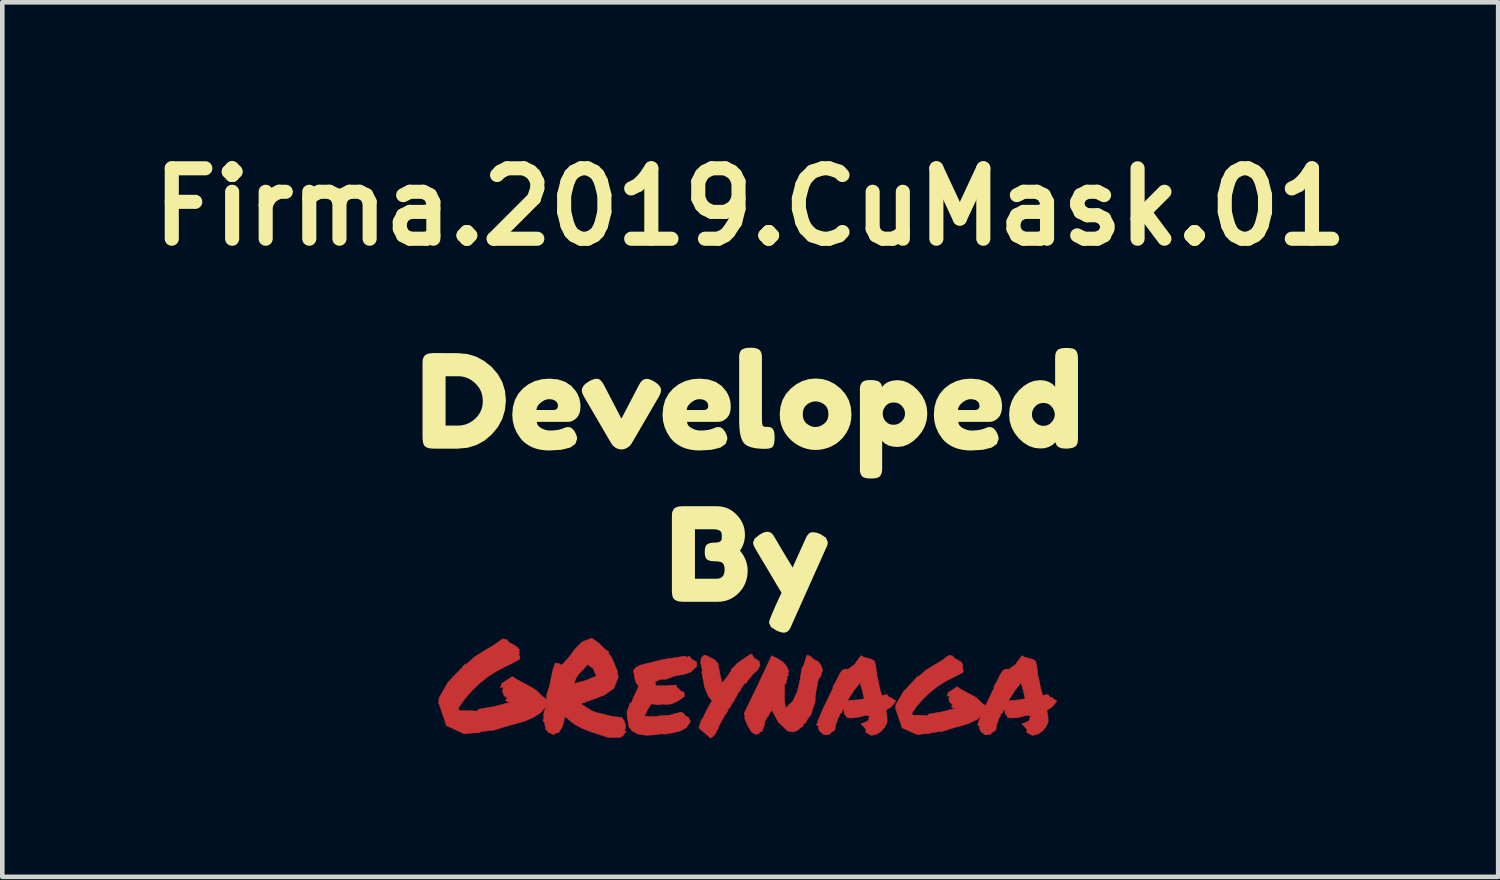
<source format=kicad_pcb>
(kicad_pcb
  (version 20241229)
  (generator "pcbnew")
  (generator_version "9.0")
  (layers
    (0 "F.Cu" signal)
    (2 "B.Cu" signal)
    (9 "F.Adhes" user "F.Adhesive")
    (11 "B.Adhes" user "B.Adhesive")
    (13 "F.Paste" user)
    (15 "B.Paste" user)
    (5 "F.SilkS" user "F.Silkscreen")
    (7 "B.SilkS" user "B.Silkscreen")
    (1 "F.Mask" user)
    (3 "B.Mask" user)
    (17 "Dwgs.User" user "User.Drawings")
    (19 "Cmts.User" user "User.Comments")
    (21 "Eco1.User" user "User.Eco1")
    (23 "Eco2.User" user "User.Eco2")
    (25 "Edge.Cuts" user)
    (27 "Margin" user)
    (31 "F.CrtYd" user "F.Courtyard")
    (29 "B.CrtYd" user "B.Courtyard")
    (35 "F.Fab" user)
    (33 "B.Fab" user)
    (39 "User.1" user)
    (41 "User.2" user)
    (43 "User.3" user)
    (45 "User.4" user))
  (footprint "Firma.2019.CuMask.01"
    (layer "F.Cu")
    (at 13.186 8.71)
    (property "Reference" "Firma.2019.CuMask.01" (at 0 -7.283 0) (layer "F.SilkS") (effects (font (size 1.524 1.524) (thickness 0.305))))
    (attr smd)
    (fp_poly (pts (xy 5.095 3.621) (xy 4.922 3.805) (xy 4.685 3.913) (xy 4.412 3.987) (xy 4.139 4.073) (xy 4.07 4.076) (xy 4.015 4.084) (xy 3.965 4.092) (xy 3.91 4.098) (xy 3.896 4.103) (xy 3.888 4.114) (xy 3.803 4.122) (xy 3.742 4.122) (xy 3.673 4.131) (xy 3.613 4.139) (xy 3.287 3.993) (xy 3.158 3.613) (xy 3.152 3.596) (xy 3.141 3.588) (xy 3.147 3.541) (xy 3.15 3.491) (xy 3.312 3.21) (xy 3.53 2.979) (xy 3.563 2.946) (xy 3.588 2.913) (xy 3.618 2.885) (xy 3.659 2.866) (xy 3.797 2.744) (xy 3.965 2.64) (xy 4.139 2.538) (xy 4.299 2.422) (xy 4.343 2.43) (xy 4.373 2.43) (xy 4.426 2.488) (xy 4.495 2.524) (xy 4.561 2.565) (xy 4.608 2.631) (xy 4.591 2.645) (xy 4.599 2.67) (xy 4.602 2.695) (xy 4.583 2.706) (xy 4.599 2.722) (xy 4.616 2.736) (xy 4.608 2.758) (xy 4.608 2.786) (xy 4.484 2.855) (xy 4.343 2.926) (xy 4.191 3.006) (xy 4.04 3.103) (xy 3.888 3.227) (xy 3.739 3.367) (xy 3.604 3.522) (xy 3.497 3.676) (xy 3.508 3.698) (xy 3.522 3.717) (xy 3.684 3.717) (xy 3.839 3.726) (xy 3.85 3.709) (xy 3.863 3.692) (xy 4.156 3.643) (xy 4.431 3.568) (xy 4.39 3.555) (xy 4.357 3.541) (xy 4.357 3.519) (xy 4.384 3.497) (xy 4.321 3.442) (xy 4.293 3.354) (xy 4.31 3.32) (xy 4.293 3.29) (xy 4.28 3.29) (xy 4.274 3.298) (xy 4.271 3.309) (xy 4.258 3.307) (xy 4.269 3.265) (xy 4.285 3.227) (xy 4.475 3.1) (xy 4.55 3.15) (xy 4.641 3.202) (xy 4.74 3.254) (xy 4.836 3.304) (xy 4.905 3.348) (xy 4.963 3.406) (xy 5.018 3.461) (xy 5.087 3.508) (xy 5.09 3.566) (xy 5.095 3.621) (xy 5.095 3.621)) (stroke (width 0.009) (type solid)) (fill yes) (layer "F.Cu"))
    (fp_poly (pts (xy -6.748 3.464) (xy -6.739 3.409) (xy -6.736 3.345) (xy -6.544 3.009) (xy -6.282 2.733) (xy -6.243 2.695) (xy -6.213 2.653) (xy -6.177 2.62) (xy -6.127 2.598) (xy -5.962 2.452) (xy -5.761 2.325) (xy -5.551 2.201) (xy -5.358 2.064) (xy -5.312 2.077) (xy -5.273 2.075) (xy -5.21 2.149) (xy -5.127 2.19) (xy -5.047 2.24) (xy -4.989 2.317) (xy -5.008 2.331) (xy -5 2.361) (xy -4.995 2.391) (xy -5.019 2.405) (xy -5 2.425) (xy -4.981 2.444) (xy -4.989 2.471) (xy -4.989 2.502) (xy -5.138 2.587) (xy -5.309 2.67) (xy -5.491 2.766) (xy -5.673 2.882) (xy -5.857 3.028) (xy -6.034 3.199) (xy -6.194 3.384) (xy -6.32 3.568) (xy -6.307 3.593) (xy -6.29 3.618) (xy -6.094 3.618) (xy -5.912 3.629) (xy -5.899 3.607) (xy -5.882 3.588) (xy -5.532 3.527) (xy -5.201 3.439) (xy -5.29 3.409) (xy -5.29 3.381) (xy -5.259 3.353) (xy -5.334 3.287) (xy -5.367 3.18) (xy -5.347 3.141) (xy -5.367 3.105) (xy -5.383 3.105) (xy -5.389 3.116) (xy -5.394 3.127) (xy -5.408 3.127) (xy -5.394 3.078) (xy -5.378 3.031) (xy -5.149 2.879) (xy -5.061 2.937) (xy -4.951 2.998) (xy -4.832 3.061) (xy -4.719 3.122) (xy -4.634 3.177) (xy -4.565 3.243) (xy -4.499 3.309) (xy -4.419 3.364) (xy -4.413 3.436) (xy -4.408 3.502) (xy -4.534 3.662) (xy -4.703 3.772) (xy -4.898 3.852) (xy -5.113 3.913) (xy -5.336 3.974) (xy -5.554 4.045) (xy -5.634 4.048) (xy -5.697 4.056) (xy -5.758 4.067) (xy -5.824 4.076) (xy -5.844 4.081) (xy -5.855 4.095) (xy -5.954 4.103) (xy -6.028 4.103) (xy -6.108 4.114) (xy -6.185 4.122) (xy -6.574 3.946) (xy -6.728 3.491) (xy -6.734 3.475) (xy -6.748 3.464) (xy -6.748 3.464)) (stroke (width 0.009) (type solid)) (fill yes) (layer "F.Cu"))
    (fp_poly (pts (xy 0.471 3.615) (xy 0.435 3.646) (xy 0.413 3.692) (xy 0.393 3.739) (xy 0.366 3.759) (xy 0.349 3.797) (xy 0.327 3.833) (xy 0.311 3.872) (xy 0.316 3.918) (xy 0.289 3.965) (xy 0.275 4.023) (xy 0.253 4.07) (xy 0.192 4.087) (xy 0.189 4.1) (xy 0.198 4.12) (xy 0.151 4.122) (xy 0.115 4.136) (xy 0.027 4.078) (xy -0.034 3.987) (xy -0.081 3.883) (xy -0.119 3.792) (xy -0.116 3.734) (xy -0.136 3.684) (xy 0.159 3.072) (xy 0.462 2.43) (xy 0.586 2.488) (xy 0.699 2.56) (xy 0.788 2.656) (xy 0.834 2.775) (xy 0.821 2.789) (xy 0.81 2.791) (xy 0.821 2.811) (xy 0.821 2.822) (xy 0.821 2.838) (xy 0.829 2.863) (xy 0.812 2.866) (xy 0.796 2.866) (xy 0.801 2.915) (xy 0.79 2.951) (xy 0.776 2.984) (xy 0.779 3.028) (xy 0.766 3.034) (xy 0.76 3.042) (xy 0.752 3.05) (xy 0.741 3.05) (xy 0.746 3.172) (xy 0.741 3.296) (xy 0.744 3.425) (xy 0.763 3.563) (xy 0.92 3.414) (xy 1.016 3.21) (xy 1.074 2.968) (xy 1.116 2.703) (xy 1.154 2.643) (xy 1.179 2.568) (xy 1.201 2.488) (xy 1.229 2.414) (xy 1.298 2.441) (xy 1.353 2.486) (xy 1.405 2.53) (xy 1.474 2.554) (xy 1.535 2.645) (xy 1.57 2.739) (xy 1.548 2.789) (xy 1.535 2.844) (xy 1.513 2.896) (xy 1.474 2.935) (xy 1.452 3.067) (xy 1.427 3.183) (xy 1.408 3.304) (xy 1.402 3.439) (xy 1.355 3.574) (xy 1.317 3.704) (xy 1.248 3.789) (xy 1.196 3.888) (xy 1.182 3.894) (xy 1.163 3.886) (xy 1.163 3.902) (xy 1.154 3.913) (xy 1.149 3.924) (xy 1.154 3.946) (xy 1.085 3.993) (xy 1.019 4.048) (xy 0.937 4.081) (xy 0.812 4.062) (xy 0.611 3.872) (xy 0.471 3.616) (xy 0.471 3.615)) (stroke (width 0.009) (type solid)) (fill yes) (layer "F.Cu"))
    (fp_poly (pts (xy -4.443 3.88) (xy -3.765 2.904) (xy -3.812 3.031) (xy -3.57 2.968) (xy -3.33 2.868) (xy -3.402 2.706) (xy -3.523 2.62) (xy -3.603 2.717) (xy -3.691 2.805) (xy -3.765 2.904) (xy -4.443 3.88) (xy -4.468 3.861) (xy -4.493 3.814) (xy -4.463 3.814) (xy -4.474 3.703) (xy -4.449 3.604) (xy -4.427 3.511) (xy -4.435 3.414) (xy -4.416 3.409) (xy -4.405 3.37) (xy -4.402 3.32) (xy -4.405 3.276) (xy -4.35 3.1) (xy -4.311 2.921) (xy -4.275 2.747) (xy -4.22 2.587) (xy -4.14 2.598) (xy -4.082 2.634) (xy -3.931 2.474) (xy -3.799 2.292) (xy -3.644 2.132) (xy -3.432 2.05) (xy -3.283 2.152) (xy -3.148 2.284) (xy -3.107 2.314) (xy -3.063 2.342) (xy -3.063 2.383) (xy -2.999 2.469) (xy -2.952 2.571) (xy -2.911 2.678) (xy -2.867 2.78) (xy -2.873 2.811) (xy -2.867 2.835) (xy -2.859 2.863) (xy -2.856 2.899) (xy -2.952 3.136) (xy -3.156 3.282) (xy -3.41 3.378) (xy -3.655 3.464) (xy -3.644 3.475) (xy -3.636 3.491) (xy -3.509 3.571) (xy -3.424 3.624) (xy -3.335 3.657) (xy -3.2 3.69) (xy -3.068 3.723) (xy -2.98 3.742) (xy -2.897 3.753) (xy -2.779 3.767) (xy -2.729 3.839) (xy -2.702 3.921) (xy -2.699 4.001) (xy -2.721 4.059) (xy -2.707 4.07) (xy -2.679 4.07) (xy -2.713 4.103) (xy -2.74 4.142) (xy -2.773 4.178) (xy -2.817 4.197) (xy -3.071 4.2) (xy -3.465 4.073) (xy -3.658 3.993) (xy -3.787 3.924) (xy -3.889 3.85) (xy -3.997 3.753) (xy -4.008 3.764) (xy -4.016 3.775) (xy -4.06 3.954) (xy -4.143 4.095) (xy -4.204 4.103) (xy -4.239 4.134) (xy -4.281 4.131) (xy -4.306 4.117) (xy -4.33 4.1) (xy -4.374 4.095) (xy -4.391 4.048) (xy -4.435 4.026) (xy -4.43 3.985) (xy -4.438 3.952) (xy -4.449 3.919) (xy -4.443 3.88) (xy -4.443 3.88)) (stroke (width 0.009) (type solid)) (fill yes) (layer "F.Cu"))
    (fp_poly (pts (xy -1.158 2.565) (xy -1.158 2.596) (xy -1.161 2.612) (xy -1.161 2.631) (xy -1.156 2.659) (xy -1.291 2.788) (xy -1.453 2.838) (xy -1.635 2.868) (xy -1.817 2.94) (xy -1.883 2.94) (xy -1.966 2.948) (xy -2.007 2.973) (xy -2.057 2.987) (xy -2.049 3.039) (xy -2.04 3.081) (xy -1.828 3.078) (xy -1.597 3.064) (xy -1.599 3.083) (xy -1.602 3.097) (xy -1.564 3.133) (xy -1.525 3.171) (xy -1.486 3.205) (xy -1.437 3.213) (xy -1.423 3.262) (xy -1.429 3.315) (xy -1.517 3.378) (xy -1.61 3.433) (xy -1.712 3.475) (xy -1.831 3.486) (xy -1.853 3.486) (xy -1.87 3.477) (xy -1.933 3.486) (xy -1.994 3.494) (xy -2.068 3.483) (xy -2.142 3.472) (xy -2.222 3.596) (xy -2.286 3.736) (xy -2.131 3.748) (xy -2.013 3.739) (xy -1.9 3.725) (xy -1.754 3.72) (xy -1.624 3.681) (xy -1.484 3.648) (xy -1.445 3.679) (xy -1.415 3.717) (xy -1.382 3.748) (xy -1.34 3.759) (xy -1.327 3.786) (xy -1.318 3.814) (xy -1.31 3.838) (xy -1.285 3.844) (xy -1.382 3.985) (xy -1.503 4.056) (xy -1.657 4.095) (xy -1.842 4.128) (xy -1.883 4.125) (xy -1.922 4.12) (xy -2.073 4.144) (xy -2.253 4.153) (xy -2.426 4.128) (xy -2.561 4.056) (xy -2.592 4.012) (xy -2.627 3.971) (xy -2.638 3.891) (xy -2.655 3.8) (xy -2.669 3.703) (xy -2.663 3.618) (xy -2.63 3.544) (xy -2.611 3.472) (xy -2.594 3.458) (xy -2.572 3.447) (xy -2.536 3.353) (xy -2.498 3.268) (xy -2.457 3.185) (xy -2.415 3.089) (xy -2.473 3.012) (xy -2.498 2.926) (xy -2.512 2.838) (xy -2.531 2.744) (xy -2.465 2.678) (xy -2.377 2.634) (xy -2.275 2.606) (xy -2.159 2.582) (xy -1.963 2.527) (xy -1.792 2.496) (xy -1.616 2.471) (xy -1.409 2.438) (xy -1.362 2.463) (xy -1.338 2.449) (xy -1.324 2.433) (xy -1.255 2.513) (xy -1.158 2.565) (xy -1.158 2.565)) (stroke (width 0.009) (type solid)) (fill yes) (layer "F.Cu"))
    (fp_poly (pts (xy -0.342 3.395) (xy -0.376 3.436) (xy -0.403 3.483) (xy -0.433 3.541) (xy -0.475 3.59) (xy -0.502 3.657) (xy -0.546 3.709) (xy -0.676 3.949) (xy -0.692 3.998) (xy -0.717 4.042) (xy -0.728 4.062) (xy -0.737 4.076) (xy -0.742 4.103) (xy -0.772 4.142) (xy -0.803 4.172) (xy -0.822 4.194) (xy -0.863 4.211) (xy -1.109 3.996) (xy -1.106 3.968) (xy -1.098 3.94) (xy -1.087 3.907) (xy -1.062 3.83) (xy -1.015 3.761) (xy -0.99 3.701) (xy -0.924 3.571) (xy -0.863 3.466) (xy -0.827 3.406) (xy -0.894 3.326) (xy -0.957 3.194) (xy -0.996 3.081) (xy -1.004 3.02) (xy -1.015 2.968) (xy -1.029 2.907) (xy -1.034 2.844) (xy -1.051 2.805) (xy -1.045 2.777) (xy -1.042 2.728) (xy -1.056 2.662) (xy -1.07 2.601) (xy -1.073 2.535) (xy -1.056 2.474) (xy -1.004 2.422) (xy -0.957 2.419) (xy -0.91 2.447) (xy -0.863 2.471) (xy -0.805 2.499) (xy -0.748 2.535) (xy -0.728 2.573) (xy -0.692 2.604) (xy -0.692 2.634) (xy -0.69 2.664) (xy -0.679 2.708) (xy -0.668 2.742) (xy -0.659 2.816) (xy -0.643 2.879) (xy -0.626 2.943) (xy -0.623 3.014) (xy -0.596 2.995) (xy -0.585 2.987) (xy -0.574 2.979) (xy -0.411 2.758) (xy -0.417 2.73) (xy -0.359 2.675) (xy -0.317 2.634) (xy -0.282 2.593) (xy -0.251 2.571) (xy -0.000437 2.4) (xy 0.038 2.394) (xy 0.049 2.43) (xy 0.093 2.485) (xy 0.168 2.532) (xy 0.193 2.549) (xy 0.206 2.59) (xy 0.203 2.615) (xy 0.214 2.642) (xy 0.159 2.739) (xy 0.099 2.794) (xy 0.052 2.835) (xy 0.022 2.879) (xy 0.002 2.901) (xy -0.072 2.99) (xy -0.08 3.023) (xy -0.114 3.023) (xy -0.127 3.034) (xy -0.155 3.081) (xy -0.182 3.116) (xy -0.196 3.13) (xy -0.204 3.152) (xy -0.213 3.174) (xy -0.257 3.229) (xy -0.276 3.268) (xy -0.298 3.312) (xy -0.328 3.353) (xy -0.342 3.395)) (stroke (width 0.009) (type solid)) (fill yes) (layer "F.Cu"))
    (fp_poly (pts (xy 2.957 3.885) (xy 2.166 3.397) (xy 2.314 3.386) (xy 2.466 3.362) (xy 2.425 3.191) (xy 2.378 3.012) (xy 2.361 3.039) (xy 2.254 3.169) (xy 2.168 3.304) (xy 2.135 3.353) (xy 2.105 3.403) (xy 2.135 3.4) (xy 2.166 3.397) (xy 2.166 3.397) (xy 2.957 3.885) (xy 2.907 3.982) (xy 2.833 4.067) (xy 2.739 4.128) (xy 2.629 4.155) (xy 2.579 4.136) (xy 2.554 4.12) (xy 2.538 4.111) (xy 2.527 4.103) (xy 2.494 4.089) (xy 2.505 4.053) (xy 2.502 4.02) (xy 2.469 3.985) (xy 2.452 3.968) (xy 2.438 3.952) (xy 2.392 3.899) (xy 2.466 3.88) (xy 2.557 3.83) (xy 2.576 3.728) (xy 2.482 3.725) (xy 2.408 3.745) (xy 2.306 3.77) (xy 2.196 3.778) (xy 2.155 3.778) (xy 2.113 3.772) (xy 2.086 3.767) (xy 2.075 3.734) (xy 2.064 3.723) (xy 2.033 3.687) (xy 2.028 3.626) (xy 2.011 3.577) (xy 1.986 3.646) (xy 1.975 3.673) (xy 1.948 3.679) (xy 1.939 3.692) (xy 1.937 3.706) (xy 1.923 3.753) (xy 1.912 3.764) (xy 1.901 3.772) (xy 1.887 3.822) (xy 1.871 3.869) (xy 1.846 3.94) (xy 1.84 4.007) (xy 1.829 4.037) (xy 1.799 4.064) (xy 1.766 4.081) (xy 1.749 4.092) (xy 1.735 4.098) (xy 1.727 4.128) (xy 1.694 4.133) (xy 1.65 4.142) (xy 1.622 4.144) (xy 1.595 4.142) (xy 1.548 4.103) (xy 1.509 4.073) (xy 1.482 4.023) (xy 1.476 3.993) (xy 1.471 3.965) (xy 1.463 3.949) (xy 1.427 3.916) (xy 1.457 3.891) (xy 1.46 3.844) (xy 1.576 3.574) (xy 1.705 3.309) (xy 1.747 3.221) (xy 1.791 3.133) (xy 1.788 3.114) (xy 1.793 3.089) (xy 1.843 3.006) (xy 1.882 2.929) (xy 1.926 2.838) (xy 1.986 2.747) (xy 2.03 2.728) (xy 2.05 2.722) (xy 2.074 2.717) (xy 2.116 2.722) (xy 2.251 2.623) (xy 2.369 2.466) (xy 2.397 2.427) (xy 2.433 2.449) (xy 2.471 2.466) (xy 2.524 2.48) (xy 2.617 2.504) (xy 2.689 2.546) (xy 2.708 2.612) (xy 2.717 2.656) (xy 2.73 2.75) (xy 2.741 2.854) (xy 2.763 2.948) (xy 2.783 3.039) (xy 2.81 3.169) (xy 2.846 3.284) (xy 2.874 3.287) (xy 2.901 3.279) (xy 2.937 3.273) (xy 2.967 3.271) (xy 2.979 3.298) (xy 3.006 3.326) (xy 3.058 3.342) (xy 3.089 3.367) (xy 3.111 3.384) (xy 3.152 3.4) (xy 3.13 3.442) (xy 3.05 3.538) (xy 2.937 3.612) (xy 2.94 3.646) (xy 2.948 3.676) (xy 2.962 3.772) (xy 2.962 3.874) (xy 2.957 3.885)) (stroke (width 0.009) (type solid)) (fill yes) (layer "F.Cu"))
    (fp_poly (pts (xy 6.44 3.885) (xy 5.649 3.397) (xy 5.798 3.386) (xy 5.95 3.362) (xy 5.908 3.191) (xy 5.861 3.012) (xy 5.845 3.039) (xy 5.737 3.169) (xy 5.652 3.304) (xy 5.619 3.353) (xy 5.589 3.403) (xy 5.619 3.4) (xy 5.649 3.397) (xy 5.649 3.397) (xy 6.44 3.885) (xy 6.391 3.982) (xy 6.316 4.067) (xy 6.223 4.128) (xy 6.112 4.155) (xy 6.063 4.136) (xy 6.038 4.12) (xy 6.021 4.111) (xy 6.01 4.103) (xy 5.977 4.089) (xy 5.988 4.053) (xy 5.985 4.02) (xy 5.952 3.985) (xy 5.936 3.968) (xy 5.922 3.952) (xy 5.875 3.899) (xy 5.95 3.88) (xy 6.041 3.83) (xy 6.06 3.728) (xy 5.966 3.725) (xy 5.892 3.745) (xy 5.79 3.77) (xy 5.68 3.778) (xy 5.638 3.778) (xy 5.597 3.772) (xy 5.569 3.767) (xy 5.558 3.734) (xy 5.547 3.723) (xy 5.517 3.687) (xy 5.511 3.626) (xy 5.495 3.577) (xy 5.47 3.646) (xy 5.459 3.673) (xy 5.431 3.679) (xy 5.423 3.692) (xy 5.42 3.706) (xy 5.407 3.753) (xy 5.396 3.764) (xy 5.384 3.772) (xy 5.371 3.822) (xy 5.354 3.869) (xy 5.329 3.94) (xy 5.324 4.007) (xy 5.313 4.037) (xy 5.283 4.064) (xy 5.249 4.081) (xy 5.233 4.092) (xy 5.219 4.098) (xy 5.211 4.128) (xy 5.178 4.133) (xy 5.134 4.142) (xy 5.106 4.144) (xy 5.079 4.142) (xy 5.032 4.103) (xy 4.993 4.073) (xy 4.966 4.023) (xy 4.96 3.993) (xy 4.955 3.965) (xy 4.946 3.949) (xy 4.91 3.916) (xy 4.941 3.891) (xy 4.944 3.844) (xy 5.059 3.574) (xy 5.189 3.309) (xy 5.23 3.221) (xy 5.274 3.133) (xy 5.272 3.114) (xy 5.277 3.089) (xy 5.327 3.006) (xy 5.365 2.929) (xy 5.409 2.838) (xy 5.47 2.747) (xy 5.514 2.728) (xy 5.533 2.722) (xy 5.558 2.717) (xy 5.599 2.722) (xy 5.735 2.623) (xy 5.853 2.466) (xy 5.881 2.427) (xy 5.916 2.449) (xy 5.955 2.466) (xy 6.007 2.48) (xy 6.101 2.504) (xy 6.173 2.546) (xy 6.192 2.612) (xy 6.2 2.656) (xy 6.214 2.75) (xy 6.225 2.854) (xy 6.247 2.948) (xy 6.266 3.039) (xy 6.294 3.169) (xy 6.33 3.284) (xy 6.357 3.287) (xy 6.385 3.279) (xy 6.421 3.273) (xy 6.451 3.271) (xy 6.462 3.298) (xy 6.49 3.326) (xy 6.542 3.342) (xy 6.572 3.367) (xy 6.594 3.384) (xy 6.636 3.4) (xy 6.614 3.442) (xy 6.534 3.538) (xy 6.421 3.612) (xy 6.424 3.646) (xy 6.432 3.676) (xy 6.446 3.772) (xy 6.446 3.874) (xy 6.44 3.885)) (stroke (width 0.009) (type solid)) (fill yes) (layer "F.Cu"))
    (fp_poly (pts (xy 5.095 3.621) (xy 4.922 3.805) (xy 4.685 3.913) (xy 4.412 3.987) (xy 4.139 4.073) (xy 4.07 4.076) (xy 4.015 4.084) (xy 3.965 4.092) (xy 3.91 4.098) (xy 3.896 4.103) (xy 3.888 4.114) (xy 3.803 4.122) (xy 3.742 4.122) (xy 3.673 4.131) (xy 3.613 4.139) (xy 3.287 3.993) (xy 3.158 3.613) (xy 3.152 3.596) (xy 3.141 3.588) (xy 3.147 3.541) (xy 3.15 3.491) (xy 3.312 3.21) (xy 3.53 2.979) (xy 3.563 2.946) (xy 3.588 2.913) (xy 3.618 2.885) (xy 3.659 2.866) (xy 3.797 2.744) (xy 3.965 2.64) (xy 4.139 2.538) (xy 4.299 2.422) (xy 4.343 2.43) (xy 4.373 2.43) (xy 4.426 2.488) (xy 4.495 2.524) (xy 4.561 2.565) (xy 4.608 2.631) (xy 4.591 2.645) (xy 4.599 2.67) (xy 4.602 2.695) (xy 4.583 2.706) (xy 4.599 2.722) (xy 4.616 2.736) (xy 4.608 2.758) (xy 4.608 2.786) (xy 4.484 2.855) (xy 4.343 2.926) (xy 4.191 3.006) (xy 4.04 3.103) (xy 3.888 3.227) (xy 3.739 3.367) (xy 3.604 3.522) (xy 3.497 3.676) (xy 3.508 3.698) (xy 3.522 3.717) (xy 3.684 3.717) (xy 3.839 3.726) (xy 3.85 3.709) (xy 3.863 3.692) (xy 4.156 3.643) (xy 4.431 3.568) (xy 4.39 3.555) (xy 4.357 3.541) (xy 4.357 3.519) (xy 4.384 3.497) (xy 4.321 3.442) (xy 4.293 3.354) (xy 4.31 3.32) (xy 4.293 3.29) (xy 4.28 3.29) (xy 4.274 3.298) (xy 4.271 3.309) (xy 4.258 3.307) (xy 4.269 3.265) (xy 4.285 3.227) (xy 4.475 3.1) (xy 4.55 3.15) (xy 4.641 3.202) (xy 4.74 3.254) (xy 4.836 3.304) (xy 4.905 3.348) (xy 4.963 3.406) (xy 5.018 3.461) (xy 5.087 3.508) (xy 5.09 3.566) (xy 5.095 3.621) (xy 5.095 3.621)) (stroke (width 0.009) (type solid)) (fill yes) (layer "F.Mask"))
    (fp_poly (pts (xy -6.748 3.464) (xy -6.739 3.409) (xy -6.736 3.345) (xy -6.544 3.009) (xy -6.282 2.733) (xy -6.243 2.695) (xy -6.213 2.653) (xy -6.177 2.62) (xy -6.127 2.598) (xy -5.962 2.452) (xy -5.761 2.325) (xy -5.551 2.201) (xy -5.358 2.064) (xy -5.312 2.077) (xy -5.273 2.075) (xy -5.21 2.149) (xy -5.127 2.19) (xy -5.047 2.24) (xy -4.989 2.317) (xy -5.008 2.331) (xy -5 2.361) (xy -4.995 2.391) (xy -5.019 2.405) (xy -5 2.425) (xy -4.981 2.444) (xy -4.989 2.471) (xy -4.989 2.502) (xy -5.138 2.587) (xy -5.309 2.67) (xy -5.491 2.766) (xy -5.673 2.882) (xy -5.857 3.028) (xy -6.034 3.199) (xy -6.194 3.384) (xy -6.32 3.568) (xy -6.307 3.593) (xy -6.29 3.618) (xy -6.094 3.618) (xy -5.912 3.629) (xy -5.899 3.607) (xy -5.882 3.588) (xy -5.532 3.527) (xy -5.201 3.439) (xy -5.29 3.409) (xy -5.29 3.381) (xy -5.259 3.353) (xy -5.334 3.287) (xy -5.367 3.18) (xy -5.347 3.141) (xy -5.367 3.105) (xy -5.383 3.105) (xy -5.389 3.116) (xy -5.394 3.127) (xy -5.408 3.127) (xy -5.394 3.078) (xy -5.378 3.031) (xy -5.149 2.879) (xy -5.061 2.937) (xy -4.951 2.998) (xy -4.832 3.061) (xy -4.719 3.122) (xy -4.634 3.177) (xy -4.565 3.243) (xy -4.499 3.309) (xy -4.419 3.364) (xy -4.413 3.436) (xy -4.408 3.502) (xy -4.534 3.662) (xy -4.703 3.772) (xy -4.898 3.852) (xy -5.113 3.913) (xy -5.336 3.974) (xy -5.554 4.045) (xy -5.634 4.048) (xy -5.697 4.056) (xy -5.758 4.067) (xy -5.824 4.076) (xy -5.844 4.081) (xy -5.855 4.095) (xy -5.954 4.103) (xy -6.028 4.103) (xy -6.108 4.114) (xy -6.185 4.122) (xy -6.574 3.946) (xy -6.728 3.491) (xy -6.734 3.475) (xy -6.748 3.464) (xy -6.748 3.464)) (stroke (width 0.009) (type solid)) (fill yes) (layer "F.Mask"))
    (fp_poly (pts (xy 0.471 3.615) (xy 0.435 3.646) (xy 0.413 3.692) (xy 0.393 3.739) (xy 0.366 3.759) (xy 0.349 3.797) (xy 0.327 3.833) (xy 0.311 3.872) (xy 0.316 3.918) (xy 0.289 3.965) (xy 0.275 4.023) (xy 0.253 4.07) (xy 0.192 4.087) (xy 0.189 4.1) (xy 0.198 4.12) (xy 0.151 4.122) (xy 0.115 4.136) (xy 0.027 4.078) (xy -0.034 3.987) (xy -0.081 3.883) (xy -0.119 3.792) (xy -0.116 3.734) (xy -0.136 3.684) (xy 0.159 3.072) (xy 0.462 2.43) (xy 0.586 2.488) (xy 0.699 2.56) (xy 0.788 2.656) (xy 0.834 2.775) (xy 0.821 2.789) (xy 0.81 2.791) (xy 0.821 2.811) (xy 0.821 2.822) (xy 0.821 2.838) (xy 0.829 2.863) (xy 0.812 2.866) (xy 0.796 2.866) (xy 0.801 2.915) (xy 0.79 2.951) (xy 0.776 2.984) (xy 0.779 3.028) (xy 0.766 3.034) (xy 0.76 3.042) (xy 0.752 3.05) (xy 0.741 3.05) (xy 0.746 3.172) (xy 0.741 3.296) (xy 0.744 3.425) (xy 0.763 3.563) (xy 0.92 3.414) (xy 1.016 3.21) (xy 1.074 2.968) (xy 1.116 2.703) (xy 1.154 2.643) (xy 1.179 2.568) (xy 1.201 2.488) (xy 1.229 2.414) (xy 1.298 2.441) (xy 1.353 2.486) (xy 1.405 2.53) (xy 1.474 2.554) (xy 1.535 2.645) (xy 1.57 2.739) (xy 1.548 2.789) (xy 1.535 2.844) (xy 1.513 2.896) (xy 1.474 2.935) (xy 1.452 3.067) (xy 1.427 3.183) (xy 1.408 3.304) (xy 1.402 3.439) (xy 1.355 3.574) (xy 1.317 3.704) (xy 1.248 3.789) (xy 1.196 3.888) (xy 1.182 3.894) (xy 1.163 3.886) (xy 1.163 3.902) (xy 1.154 3.913) (xy 1.149 3.924) (xy 1.154 3.946) (xy 1.085 3.993) (xy 1.019 4.048) (xy 0.937 4.081) (xy 0.812 4.062) (xy 0.611 3.872) (xy 0.471 3.616) (xy 0.471 3.615)) (stroke (width 0.009) (type solid)) (fill yes) (layer "F.Mask"))
    (fp_poly (pts (xy -4.443 3.88) (xy -3.765 2.904) (xy -3.812 3.031) (xy -3.57 2.968) (xy -3.33 2.868) (xy -3.402 2.706) (xy -3.523 2.62) (xy -3.603 2.717) (xy -3.691 2.805) (xy -3.765 2.904) (xy -4.443 3.88) (xy -4.468 3.861) (xy -4.493 3.814) (xy -4.463 3.814) (xy -4.474 3.703) (xy -4.449 3.604) (xy -4.427 3.511) (xy -4.435 3.414) (xy -4.416 3.409) (xy -4.405 3.37) (xy -4.402 3.32) (xy -4.405 3.276) (xy -4.35 3.1) (xy -4.311 2.921) (xy -4.275 2.747) (xy -4.22 2.587) (xy -4.14 2.598) (xy -4.082 2.634) (xy -3.931 2.474) (xy -3.799 2.292) (xy -3.644 2.132) (xy -3.432 2.05) (xy -3.283 2.152) (xy -3.148 2.284) (xy -3.107 2.314) (xy -3.063 2.342) (xy -3.063 2.383) (xy -2.999 2.469) (xy -2.952 2.571) (xy -2.911 2.678) (xy -2.867 2.78) (xy -2.873 2.811) (xy -2.867 2.835) (xy -2.859 2.863) (xy -2.856 2.899) (xy -2.952 3.136) (xy -3.156 3.282) (xy -3.41 3.378) (xy -3.655 3.464) (xy -3.644 3.475) (xy -3.636 3.491) (xy -3.509 3.571) (xy -3.424 3.624) (xy -3.335 3.657) (xy -3.2 3.69) (xy -3.068 3.723) (xy -2.98 3.742) (xy -2.897 3.753) (xy -2.779 3.767) (xy -2.729 3.839) (xy -2.702 3.921) (xy -2.699 4.001) (xy -2.721 4.059) (xy -2.707 4.07) (xy -2.679 4.07) (xy -2.713 4.103) (xy -2.74 4.142) (xy -2.773 4.178) (xy -2.817 4.197) (xy -3.071 4.2) (xy -3.465 4.073) (xy -3.658 3.993) (xy -3.787 3.924) (xy -3.889 3.85) (xy -3.997 3.753) (xy -4.008 3.764) (xy -4.016 3.775) (xy -4.06 3.954) (xy -4.143 4.095) (xy -4.204 4.103) (xy -4.239 4.134) (xy -4.281 4.131) (xy -4.306 4.117) (xy -4.33 4.1) (xy -4.374 4.095) (xy -4.391 4.048) (xy -4.435 4.026) (xy -4.43 3.985) (xy -4.438 3.952) (xy -4.449 3.919) (xy -4.443 3.88) (xy -4.443 3.88)) (stroke (width 0.009) (type solid)) (fill yes) (layer "F.Mask"))
    (fp_poly (pts (xy -1.158 2.565) (xy -1.158 2.596) (xy -1.161 2.612) (xy -1.161 2.631) (xy -1.156 2.659) (xy -1.291 2.788) (xy -1.453 2.838) (xy -1.635 2.868) (xy -1.817 2.94) (xy -1.883 2.94) (xy -1.966 2.948) (xy -2.007 2.973) (xy -2.057 2.987) (xy -2.049 3.039) (xy -2.04 3.081) (xy -1.828 3.078) (xy -1.597 3.064) (xy -1.599 3.083) (xy -1.602 3.097) (xy -1.564 3.133) (xy -1.525 3.171) (xy -1.486 3.205) (xy -1.437 3.213) (xy -1.423 3.262) (xy -1.429 3.315) (xy -1.517 3.378) (xy -1.61 3.433) (xy -1.712 3.475) (xy -1.831 3.486) (xy -1.853 3.486) (xy -1.87 3.477) (xy -1.933 3.486) (xy -1.994 3.494) (xy -2.068 3.483) (xy -2.142 3.472) (xy -2.222 3.596) (xy -2.286 3.736) (xy -2.131 3.748) (xy -2.013 3.739) (xy -1.9 3.725) (xy -1.754 3.72) (xy -1.624 3.681) (xy -1.484 3.648) (xy -1.445 3.679) (xy -1.415 3.717) (xy -1.382 3.748) (xy -1.34 3.759) (xy -1.327 3.786) (xy -1.318 3.814) (xy -1.31 3.838) (xy -1.285 3.844) (xy -1.382 3.985) (xy -1.503 4.056) (xy -1.657 4.095) (xy -1.842 4.128) (xy -1.883 4.125) (xy -1.922 4.12) (xy -2.073 4.144) (xy -2.253 4.153) (xy -2.426 4.128) (xy -2.561 4.056) (xy -2.592 4.012) (xy -2.627 3.971) (xy -2.638 3.891) (xy -2.655 3.8) (xy -2.669 3.703) (xy -2.663 3.618) (xy -2.63 3.544) (xy -2.611 3.472) (xy -2.594 3.458) (xy -2.572 3.447) (xy -2.536 3.353) (xy -2.498 3.268) (xy -2.457 3.185) (xy -2.415 3.089) (xy -2.473 3.012) (xy -2.498 2.926) (xy -2.512 2.838) (xy -2.531 2.744) (xy -2.465 2.678) (xy -2.377 2.634) (xy -2.275 2.606) (xy -2.159 2.582) (xy -1.963 2.527) (xy -1.792 2.496) (xy -1.616 2.471) (xy -1.409 2.438) (xy -1.362 2.463) (xy -1.338 2.449) (xy -1.324 2.433) (xy -1.255 2.513) (xy -1.158 2.565) (xy -1.158 2.565)) (stroke (width 0.009) (type solid)) (fill yes) (layer "F.Mask"))
    (fp_poly (pts (xy -0.342 3.395) (xy -0.376 3.436) (xy -0.403 3.483) (xy -0.433 3.541) (xy -0.475 3.59) (xy -0.502 3.657) (xy -0.546 3.709) (xy -0.676 3.949) (xy -0.692 3.998) (xy -0.717 4.042) (xy -0.728 4.062) (xy -0.737 4.076) (xy -0.742 4.103) (xy -0.772 4.142) (xy -0.803 4.172) (xy -0.822 4.194) (xy -0.863 4.211) (xy -1.109 3.996) (xy -1.106 3.968) (xy -1.098 3.94) (xy -1.087 3.907) (xy -1.062 3.83) (xy -1.015 3.761) (xy -0.99 3.701) (xy -0.924 3.571) (xy -0.863 3.466) (xy -0.827 3.406) (xy -0.894 3.326) (xy -0.957 3.194) (xy -0.996 3.081) (xy -1.004 3.02) (xy -1.015 2.968) (xy -1.029 2.907) (xy -1.034 2.844) (xy -1.051 2.805) (xy -1.045 2.777) (xy -1.042 2.728) (xy -1.056 2.662) (xy -1.07 2.601) (xy -1.073 2.535) (xy -1.056 2.474) (xy -1.004 2.422) (xy -0.957 2.419) (xy -0.91 2.447) (xy -0.863 2.471) (xy -0.805 2.499) (xy -0.748 2.535) (xy -0.728 2.573) (xy -0.692 2.604) (xy -0.692 2.634) (xy -0.69 2.664) (xy -0.679 2.708) (xy -0.668 2.742) (xy -0.659 2.816) (xy -0.643 2.879) (xy -0.626 2.943) (xy -0.623 3.014) (xy -0.596 2.995) (xy -0.585 2.987) (xy -0.574 2.979) (xy -0.411 2.758) (xy -0.417 2.73) (xy -0.359 2.675) (xy -0.317 2.634) (xy -0.282 2.593) (xy -0.251 2.571) (xy -0.000437 2.4) (xy 0.038 2.394) (xy 0.049 2.43) (xy 0.093 2.485) (xy 0.168 2.532) (xy 0.193 2.549) (xy 0.206 2.59) (xy 0.203 2.615) (xy 0.214 2.642) (xy 0.159 2.739) (xy 0.099 2.794) (xy 0.052 2.835) (xy 0.022 2.879) (xy 0.002 2.901) (xy -0.072 2.99) (xy -0.08 3.023) (xy -0.114 3.023) (xy -0.127 3.034) (xy -0.155 3.081) (xy -0.182 3.116) (xy -0.196 3.13) (xy -0.204 3.152) (xy -0.213 3.174) (xy -0.257 3.229) (xy -0.276 3.268) (xy -0.298 3.312) (xy -0.328 3.353) (xy -0.342 3.395)) (stroke (width 0.009) (type solid)) (fill yes) (layer "F.Mask"))
    (fp_poly (pts (xy 2.957 3.885) (xy 2.166 3.397) (xy 2.314 3.386) (xy 2.466 3.362) (xy 2.425 3.191) (xy 2.378 3.012) (xy 2.361 3.039) (xy 2.254 3.169) (xy 2.168 3.304) (xy 2.135 3.353) (xy 2.105 3.403) (xy 2.135 3.4) (xy 2.166 3.397) (xy 2.166 3.397) (xy 2.957 3.885) (xy 2.907 3.982) (xy 2.833 4.067) (xy 2.739 4.128) (xy 2.629 4.155) (xy 2.579 4.136) (xy 2.554 4.12) (xy 2.538 4.111) (xy 2.527 4.103) (xy 2.494 4.089) (xy 2.505 4.053) (xy 2.502 4.02) (xy 2.469 3.985) (xy 2.452 3.968) (xy 2.438 3.952) (xy 2.392 3.899) (xy 2.466 3.88) (xy 2.557 3.83) (xy 2.576 3.728) (xy 2.482 3.725) (xy 2.408 3.745) (xy 2.306 3.77) (xy 2.196 3.778) (xy 2.155 3.778) (xy 2.113 3.772) (xy 2.086 3.767) (xy 2.075 3.734) (xy 2.064 3.723) (xy 2.033 3.687) (xy 2.028 3.626) (xy 2.011 3.577) (xy 1.986 3.646) (xy 1.975 3.673) (xy 1.948 3.679) (xy 1.939 3.692) (xy 1.937 3.706) (xy 1.923 3.753) (xy 1.912 3.764) (xy 1.901 3.772) (xy 1.887 3.822) (xy 1.871 3.869) (xy 1.846 3.94) (xy 1.84 4.007) (xy 1.829 4.037) (xy 1.799 4.064) (xy 1.766 4.081) (xy 1.749 4.092) (xy 1.735 4.098) (xy 1.727 4.128) (xy 1.694 4.133) (xy 1.65 4.142) (xy 1.622 4.144) (xy 1.595 4.142) (xy 1.548 4.103) (xy 1.509 4.073) (xy 1.482 4.023) (xy 1.476 3.993) (xy 1.471 3.965) (xy 1.463 3.949) (xy 1.427 3.916) (xy 1.457 3.891) (xy 1.46 3.844) (xy 1.576 3.574) (xy 1.705 3.309) (xy 1.747 3.221) (xy 1.791 3.133) (xy 1.788 3.114) (xy 1.793 3.089) (xy 1.843 3.006) (xy 1.882 2.929) (xy 1.926 2.838) (xy 1.986 2.747) (xy 2.03 2.728) (xy 2.05 2.722) (xy 2.074 2.717) (xy 2.116 2.722) (xy 2.251 2.623) (xy 2.369 2.466) (xy 2.397 2.427) (xy 2.433 2.449) (xy 2.471 2.466) (xy 2.524 2.48) (xy 2.617 2.504) (xy 2.689 2.546) (xy 2.708 2.612) (xy 2.717 2.656) (xy 2.73 2.75) (xy 2.741 2.854) (xy 2.763 2.948) (xy 2.783 3.039) (xy 2.81 3.169) (xy 2.846 3.284) (xy 2.874 3.287) (xy 2.901 3.279) (xy 2.937 3.273) (xy 2.967 3.271) (xy 2.979 3.298) (xy 3.006 3.326) (xy 3.058 3.342) (xy 3.089 3.367) (xy 3.111 3.384) (xy 3.152 3.4) (xy 3.13 3.442) (xy 3.05 3.538) (xy 2.937 3.612) (xy 2.94 3.646) (xy 2.948 3.676) (xy 2.962 3.772) (xy 2.962 3.874) (xy 2.957 3.885)) (stroke (width 0.009) (type solid)) (fill yes) (layer "F.Mask"))
    (fp_poly (pts (xy 6.44 3.885) (xy 5.649 3.397) (xy 5.798 3.386) (xy 5.95 3.362) (xy 5.908 3.191) (xy 5.861 3.012) (xy 5.845 3.039) (xy 5.737 3.169) (xy 5.652 3.304) (xy 5.619 3.353) (xy 5.589 3.403) (xy 5.619 3.4) (xy 5.649 3.397) (xy 5.649 3.397) (xy 6.44 3.885) (xy 6.391 3.982) (xy 6.316 4.067) (xy 6.223 4.128) (xy 6.112 4.155) (xy 6.063 4.136) (xy 6.038 4.12) (xy 6.021 4.111) (xy 6.01 4.103) (xy 5.977 4.089) (xy 5.988 4.053) (xy 5.985 4.02) (xy 5.952 3.985) (xy 5.936 3.968) (xy 5.922 3.952) (xy 5.875 3.899) (xy 5.95 3.88) (xy 6.041 3.83) (xy 6.06 3.728) (xy 5.966 3.725) (xy 5.892 3.745) (xy 5.79 3.77) (xy 5.68 3.778) (xy 5.638 3.778) (xy 5.597 3.772) (xy 5.569 3.767) (xy 5.558 3.734) (xy 5.547 3.723) (xy 5.517 3.687) (xy 5.511 3.626) (xy 5.495 3.577) (xy 5.47 3.646) (xy 5.459 3.673) (xy 5.431 3.679) (xy 5.423 3.692) (xy 5.42 3.706) (xy 5.407 3.753) (xy 5.396 3.764) (xy 5.384 3.772) (xy 5.371 3.822) (xy 5.354 3.869) (xy 5.329 3.94) (xy 5.324 4.007) (xy 5.313 4.037) (xy 5.283 4.064) (xy 5.249 4.081) (xy 5.233 4.092) (xy 5.219 4.098) (xy 5.211 4.128) (xy 5.178 4.133) (xy 5.134 4.142) (xy 5.106 4.144) (xy 5.079 4.142) (xy 5.032 4.103) (xy 4.993 4.073) (xy 4.966 4.023) (xy 4.96 3.993) (xy 4.955 3.965) (xy 4.946 3.949) (xy 4.91 3.916) (xy 4.941 3.891) (xy 4.944 3.844) (xy 5.059 3.574) (xy 5.189 3.309) (xy 5.23 3.221) (xy 5.274 3.133) (xy 5.272 3.114) (xy 5.277 3.089) (xy 5.327 3.006) (xy 5.365 2.929) (xy 5.409 2.838) (xy 5.47 2.747) (xy 5.514 2.728) (xy 5.533 2.722) (xy 5.558 2.717) (xy 5.599 2.722) (xy 5.735 2.623) (xy 5.853 2.466) (xy 5.881 2.427) (xy 5.916 2.449) (xy 5.955 2.466) (xy 6.007 2.48) (xy 6.101 2.504) (xy 6.173 2.546) (xy 6.192 2.612) (xy 6.2 2.656) (xy 6.214 2.75) (xy 6.225 2.854) (xy 6.247 2.948) (xy 6.266 3.039) (xy 6.294 3.169) (xy 6.33 3.284) (xy 6.357 3.287) (xy 6.385 3.279) (xy 6.421 3.273) (xy 6.451 3.271) (xy 6.462 3.298) (xy 6.49 3.326) (xy 6.542 3.342) (xy 6.572 3.367) (xy 6.594 3.384) (xy 6.636 3.4) (xy 6.614 3.442) (xy 6.534 3.538) (xy 6.421 3.612) (xy 6.424 3.646) (xy 6.432 3.676) (xy 6.446 3.772) (xy 6.446 3.874) (xy 6.44 3.885)) (stroke (width 0.009) (type solid)) (fill yes) (layer "F.Mask"))
    (fp_poly (pts (xy -0.24 -3.987) (xy -0.24 -4.017) (xy -0.239 -4.044) (xy -0.239 -4.065) (xy -0.238 -4.083) (xy -0.234 -4.101) (xy -0.228 -4.119) (xy -0.221 -4.139) (xy -0.212 -4.159) (xy -0.184 -4.193) (xy -0.137 -4.216) (xy -0.073 -4.231) (xy 0.008 -4.235) (xy 0.086 -4.231) (xy 0.148 -4.216) (xy 0.193 -4.193) (xy 0.223 -4.159) (xy 0.233 -4.139) (xy 0.24 -4.119) (xy 0.245 -4.101) (xy 0.248 -4.083) (xy 0.25 -4.064) (xy 0.252 -4.041) (xy 0.253 -4.015) (xy 0.253 -3.984) (xy 0.253 -3.658) (xy 0.253 -3.331) (xy 0.253 -3.004) (xy 0.253 -2.678) (xy 0.255 -2.631) (xy 0.258 -2.594) (xy 0.263 -2.566) (xy 0.27 -2.548) (xy 0.281 -2.537) (xy 0.297 -2.529) (xy 0.318 -2.524) (xy 0.344 -2.522) (xy 0.371 -2.522) (xy 0.393 -2.521) (xy 0.411 -2.519) (xy 0.423 -2.517) (xy 0.433 -2.514) (xy 0.445 -2.509) (xy 0.457 -2.503) (xy 0.471 -2.494) (xy 0.496 -2.468) (xy 0.513 -2.426) (xy 0.524 -2.368) (xy 0.527 -2.294) (xy 0.524 -2.213) (xy 0.513 -2.15) (xy 0.496 -2.105) (xy 0.471 -2.076) (xy 0.421 -2.056) (xy 0.347 -2.047) (xy 0.246 -2.048) (xy 0.121 -2.059) (xy 0.022 -2.079) (xy -0.058 -2.11) (xy -0.119 -2.151) (xy -0.161 -2.203) (xy -0.196 -2.283) (xy -0.221 -2.383) (xy -0.235 -2.503) (xy -0.24 -2.644) (xy -0.24 -2.979) (xy -0.24 -3.315) (xy -0.24 -3.651) (xy -0.24 -3.987)) (stroke (width 0) (type solid)) (fill yes) (layer "F.SilkS"))
    (fp_poly (pts (xy -2.076 -3.502) (xy -2.012 -3.457) (xy -1.966 -3.411) (xy -1.939 -3.364) (xy -1.93 -3.315) (xy -1.933 -3.285) (xy -1.944 -3.248) (xy -1.961 -3.207) (xy -1.986 -3.16) (xy -2.132 -2.91) (xy -2.278 -2.659) (xy -2.424 -2.409) (xy -2.57 -2.158) (xy -2.587 -2.135) (xy -2.607 -2.112) (xy -2.632 -2.091) (xy -2.661 -2.071) (xy -2.692 -2.055) (xy -2.723 -2.043) (xy -2.754 -2.036) (xy -2.785 -2.034) (xy -2.814 -2.036) (xy -2.843 -2.041) (xy -2.872 -2.05) (xy -2.901 -2.062) (xy -2.925 -2.078) (xy -2.946 -2.093) (xy -2.964 -2.109) (xy -2.977 -2.124) (xy -2.983 -2.132) (xy -2.989 -2.14) (xy -2.996 -2.148) (xy -3.002 -2.155) (xy -3.149 -2.407) (xy -3.296 -2.658) (xy -3.442 -2.909) (xy -3.589 -3.16) (xy -3.614 -3.205) (xy -3.632 -3.245) (xy -3.642 -3.281) (xy -3.646 -3.313) (xy -3.636 -3.362) (xy -3.609 -3.411) (xy -3.563 -3.457) (xy -3.499 -3.502) (xy -3.448 -3.529) (xy -3.403 -3.548) (xy -3.363 -3.56) (xy -3.33 -3.564) (xy -3.3 -3.561) (xy -3.275 -3.554) (xy -3.252 -3.541) (xy -3.234 -3.524) (xy -3.215 -3.503) (xy -3.196 -3.478) (xy -3.177 -3.447) (xy -3.157 -3.411) (xy -3.065 -3.233) (xy -2.973 -3.056) (xy -2.88 -2.878) (xy -2.788 -2.7) (xy -2.695 -2.878) (xy -2.603 -3.056) (xy -2.51 -3.233) (xy -2.418 -3.411) (xy -2.404 -3.436) (xy -2.391 -3.457) (xy -2.381 -3.474) (xy -2.373 -3.487) (xy -2.363 -3.5) (xy -2.352 -3.512) (xy -2.338 -3.524) (xy -2.322 -3.535) (xy -2.304 -3.546) (xy -2.283 -3.554) (xy -2.259 -3.559) (xy -2.232 -3.561) (xy -2.201 -3.557) (xy -2.165 -3.546) (xy -2.123 -3.528) (xy -2.077 -3.502) (xy -2.076 -3.502)) (stroke (width 0) (type solid)) (fill yes) (layer "F.SilkS"))
    (fp_poly (pts (xy 1.512 -0.205) (xy 1.637 -0.124) (xy 1.679 -0.027) (xy 1.673 0.022) (xy 1.656 0.069) (xy 1.639 0.103) (xy 1.633 0.117) (xy 1.587 0.22) (xy 1.541 0.324) (xy 1.495 0.427) (xy 1.449 0.53) (xy 1.402 0.634) (xy 1.356 0.737) (xy 1.31 0.84) (xy 1.264 0.944) (xy 1.217 1.047) (xy 1.171 1.151) (xy 1.125 1.254) (xy 1.079 1.357) (xy 1.033 1.461) (xy 0.986 1.564) (xy 0.94 1.667) (xy 0.894 1.771) (xy 0.873 1.818) (xy 0.854 1.853) (xy 0.835 1.88) (xy 0.806 1.906) (xy 0.768 1.925) (xy 0.722 1.932) (xy 0.659 1.921) (xy 0.572 1.889) (xy 0.447 1.809) (xy 0.406 1.714) (xy 0.41 1.689) (xy 0.423 1.648) (xy 0.444 1.592) (xy 0.473 1.519) (xy 0.512 1.43) (xy 0.558 1.325) (xy 0.613 1.205) (xy 0.677 1.068) (xy 0.606 0.95) (xy 0.536 0.832) (xy 0.466 0.713) (xy 0.396 0.595) (xy 0.326 0.477) (xy 0.255 0.359) (xy 0.185 0.241) (xy 0.115 0.123) (xy 0.073 0.041) (xy 0.059 -0.016) (xy 0.097 -0.106) (xy 0.211 -0.196) (xy 0.296 -0.239) (xy 0.361 -0.253) (xy 0.409 -0.247) (xy 0.448 -0.23) (xy 0.477 -0.207) (xy 0.496 -0.182) (xy 0.502 -0.173) (xy 0.512 -0.157) (xy 0.526 -0.135) (xy 0.543 -0.105) (xy 0.565 -0.069) (xy 0.59 -0.026) (xy 0.619 0.024) (xy 0.651 0.08) (xy 0.686 0.139) (xy 0.721 0.197) (xy 0.755 0.254) (xy 0.789 0.309) (xy 0.822 0.364) (xy 0.855 0.418) (xy 0.887 0.471) (xy 0.919 0.523) (xy 0.925 0.508) (xy 0.934 0.485) (xy 0.947 0.453) (xy 0.965 0.414) (xy 0.986 0.366) (xy 1.01 0.311) (xy 1.039 0.248) (xy 1.072 0.176) (xy 1.104 0.104) (xy 1.133 0.042) (xy 1.157 -0.012) (xy 1.178 -0.057) (xy 1.194 -0.094) (xy 1.206 -0.121) (xy 1.214 -0.139) (xy 1.219 -0.148) (xy 1.222 -0.154) (xy 1.225 -0.159) (xy 1.229 -0.164) (xy 1.233 -0.17) (xy 1.237 -0.176) (xy 1.242 -0.183) (xy 1.247 -0.189) (xy 1.252 -0.196) (xy 1.296 -0.232) (xy 1.354 -0.244) (xy 1.427 -0.234) (xy 1.512 -0.205) (xy 1.512 -0.205)) (stroke (width 0) (type solid)) (fill yes) (layer "F.SilkS"))
    (fp_poly (pts (xy -6.841 -4.12) (xy -6.01 -3.515) (xy -6.032 -3.53) (xy -6.053 -3.544) (xy -6.076 -3.557) (xy -6.098 -3.568) (xy -6.121 -3.579) (xy -6.145 -3.588) (xy -6.169 -3.595) (xy -6.193 -3.602) (xy -6.218 -3.608) (xy -6.243 -3.612) (xy -6.269 -3.615) (xy -6.295 -3.617) (xy -6.322 -3.617) (xy -6.339 -3.617) (xy -6.355 -3.617) (xy -6.372 -3.617) (xy -6.389 -3.617) (xy -6.406 -3.617) (xy -6.423 -3.617) (xy -6.44 -3.617) (xy -6.457 -3.617) (xy -6.474 -3.617) (xy -6.491 -3.617) (xy -6.508 -3.617) (xy -6.525 -3.617) (xy -6.542 -3.617) (xy -6.559 -3.617) (xy -6.576 -3.617) (xy -6.593 -3.617) (xy -6.593 -3.55) (xy -6.593 -3.484) (xy -6.593 -3.417) (xy -6.593 -3.35) (xy -6.593 -3.284) (xy -6.593 -3.217) (xy -6.593 -3.15) (xy -6.593 -3.084) (xy -6.593 -3.017) (xy -6.593 -2.95) (xy -6.593 -2.884) (xy -6.593 -2.817) (xy -6.593 -2.75) (xy -6.593 -2.684) (xy -6.593 -2.617) (xy -6.593 -2.55) (xy -6.575 -2.55) (xy -6.558 -2.55) (xy -6.541 -2.55) (xy -6.524 -2.55) (xy -6.507 -2.55) (xy -6.49 -2.55) (xy -6.473 -2.55) (xy -6.456 -2.55) (xy -6.439 -2.55) (xy -6.422 -2.55) (xy -6.404 -2.55) (xy -6.387 -2.55) (xy -6.37 -2.55) (xy -6.353 -2.55) (xy -6.336 -2.55) (xy -6.319 -2.551) (xy -6.294 -2.551) (xy -6.269 -2.553) (xy -6.244 -2.556) (xy -6.22 -2.56) (xy -6.196 -2.565) (xy -6.172 -2.572) (xy -6.149 -2.579) (xy -6.125 -2.588) (xy -6.103 -2.598) (xy -6.08 -2.609) (xy -6.058 -2.621) (xy -6.036 -2.635) (xy -6.015 -2.649) (xy -5.993 -2.665) (xy -5.973 -2.682) (xy -5.952 -2.7) (xy -5.932 -2.719) (xy -5.913 -2.739) (xy -5.896 -2.76) (xy -5.88 -2.781) (xy -5.866 -2.803) (xy -5.852 -2.825) (xy -5.84 -2.848) (xy -5.829 -2.872) (xy -5.82 -2.896) (xy -5.811 -2.92) (xy -5.804 -2.946) (xy -5.798 -2.972) (xy -5.794 -2.998) (xy -5.791 -3.025) (xy -5.789 -3.053) (xy -5.788 -3.081) (xy -5.789 -3.109) (xy -5.791 -3.137) (xy -5.794 -3.164) (xy -5.798 -3.191) (xy -5.804 -3.217) (xy -5.811 -3.242) (xy -5.819 -3.267) (xy -5.828 -3.291) (xy -5.839 -3.314) (xy -5.851 -3.337) (xy -5.864 -3.359) (xy -5.879 -3.381) (xy -5.894 -3.402) (xy -5.911 -3.423) (xy -5.93 -3.443) (xy -5.949 -3.462) (xy -5.969 -3.481) (xy -5.99 -3.498) (xy -6.01 -3.515) (xy -6.841 -4.12) (xy -6.71 -4.119) (xy -6.58 -4.118) (xy -6.449 -4.118) (xy -6.319 -4.117) (xy -6.12 -4.098) (xy -5.934 -4.043) (xy -5.76 -3.95) (xy -5.599 -3.821) (xy -5.463 -3.665) (xy -5.366 -3.493) (xy -5.308 -3.303) (xy -5.288 -3.095) (xy -5.308 -2.888) (xy -5.365 -2.697) (xy -5.46 -2.52) (xy -5.593 -2.359) (xy -5.752 -2.224) (xy -5.928 -2.128) (xy -6.119 -2.07) (xy -6.327 -2.051) (xy -6.456 -2.051) (xy -6.585 -2.051) (xy -6.714 -2.051) (xy -6.844 -2.051) (xy -6.921 -2.055) (xy -6.983 -2.069) (xy -7.029 -2.091) (xy -7.058 -2.122) (xy -7.073 -2.155) (xy -7.083 -2.196) (xy -7.09 -2.245) (xy -7.092 -2.302) (xy -7.092 -2.695) (xy -7.092 -3.087) (xy -7.092 -3.479) (xy -7.092 -3.871) (xy -7.092 -3.903) (xy -7.091 -3.93) (xy -7.09 -3.952) (xy -7.089 -3.97) (xy -7.085 -3.986) (xy -7.079 -4.004) (xy -7.071 -4.023) (xy -7.061 -4.044) (xy -7.032 -4.077) (xy -6.986 -4.101) (xy -6.922 -4.115) (xy -6.841 -4.12) (xy -6.841 -4.12)) (stroke (width 0) (type solid)) (fill yes) (layer "F.SilkS"))
    (fp_poly (pts (xy -3.674 -2.968) (xy -3.679 -2.888) (xy -4.269 -2.886) (xy -4.256 -2.887) (xy -4.244 -2.888) (xy -4.233 -2.889) (xy -4.222 -2.892) (xy -4.213 -2.895) (xy -4.204 -2.899) (xy -4.196 -2.904) (xy -4.189 -2.909) (xy -4.183 -2.915) (xy -4.177 -2.922) (xy -4.173 -2.929) (xy -4.169 -2.937) (xy -4.166 -2.946) (xy -4.164 -2.955) (xy -4.163 -2.966) (xy -4.162 -2.977) (xy -4.162 -2.985) (xy -4.163 -2.992) (xy -4.164 -3) (xy -4.166 -3.008) (xy -4.167 -3.015) (xy -4.169 -3.022) (xy -4.172 -3.029) (xy -4.175 -3.035) (xy -4.178 -3.042) (xy -4.182 -3.048) (xy -4.186 -3.054) (xy -4.191 -3.06) (xy -4.196 -3.065) (xy -4.201 -3.071) (xy -4.207 -3.076) (xy -4.213 -3.081) (xy -4.219 -3.086) (xy -4.226 -3.09) (xy -4.233 -3.094) (xy -4.24 -3.098) (xy -4.248 -3.102) (xy -4.255 -3.105) (xy -4.264 -3.108) (xy -4.272 -3.111) (xy -4.281 -3.113) (xy -4.291 -3.115) (xy -4.3 -3.117) (xy -4.31 -3.118) (xy -4.321 -3.119) (xy -4.332 -3.12) (xy -4.343 -3.121) (xy -4.354 -3.121) (xy -4.366 -3.12) (xy -4.377 -3.12) (xy -4.388 -3.118) (xy -4.399 -3.116) (xy -4.411 -3.114) (xy -4.422 -3.11) (xy -4.433 -3.106) (xy -4.445 -3.102) (xy -4.456 -3.097) (xy -4.467 -3.091) (xy -4.478 -3.085) (xy -4.49 -3.078) (xy -4.501 -3.071) (xy -4.512 -3.063) (xy -4.524 -3.054) (xy -4.535 -3.045) (xy -4.546 -3.035) (xy -4.556 -3.026) (xy -4.565 -3.017) (xy -4.574 -3.007) (xy -4.582 -2.998) (xy -4.59 -2.988) (xy -4.597 -2.978) (xy -4.603 -2.969) (xy -4.608 -2.959) (xy -4.612 -2.949) (xy -4.616 -2.939) (xy -4.62 -2.928) (xy -4.622 -2.918) (xy -4.624 -2.908) (xy -4.625 -2.897) (xy -4.625 -2.887) (xy -4.603 -2.887) (xy -4.581 -2.887) (xy -4.559 -2.887) (xy -4.536 -2.887) (xy -4.514 -2.887) (xy -4.492 -2.887) (xy -4.47 -2.887) (xy -4.448 -2.887) (xy -4.425 -2.887) (xy -4.403 -2.887) (xy -4.381 -2.887) (xy -4.359 -2.887) (xy -4.336 -2.887) (xy -4.314 -2.887) (xy -4.292 -2.887) (xy -4.269 -2.886) (xy -3.679 -2.888) (xy -3.696 -2.818) (xy -3.723 -2.759) (xy -3.761 -2.711) (xy -3.805 -2.676) (xy -3.851 -2.65) (xy -3.899 -2.635) (xy -3.95 -2.63) (xy -4.118 -2.63) (xy -4.285 -2.63) (xy -4.452 -2.63) (xy -4.619 -2.63) (xy -4.613 -2.592) (xy -4.596 -2.557) (xy -4.567 -2.525) (xy -4.526 -2.497) (xy -4.48 -2.474) (xy -4.433 -2.457) (xy -4.386 -2.447) (xy -4.34 -2.443) (xy -4.262 -2.445) (xy -4.194 -2.452) (xy -4.134 -2.462) (xy -4.083 -2.477) (xy -4.075 -2.48) (xy -4.067 -2.483) (xy -4.06 -2.486) (xy -4.052 -2.488) (xy -4.02 -2.502) (xy -3.99 -2.512) (xy -3.963 -2.517) (xy -3.939 -2.519) (xy -3.896 -2.512) (xy -3.855 -2.488) (xy -3.818 -2.448) (xy -3.784 -2.392) (xy -3.768 -2.356) (xy -3.756 -2.322) (xy -3.749 -2.291) (xy -3.747 -2.263) (xy -3.785 -2.153) (xy -3.897 -2.074) (xy -4.085 -2.027) (xy -4.348 -2.011) (xy -4.45 -2.016) (xy -4.546 -2.029) (xy -4.636 -2.051) (xy -4.721 -2.082) (xy -4.797 -2.122) (xy -4.864 -2.167) (xy -4.922 -2.217) (xy -4.972 -2.274) (xy -5.05 -2.392) (xy -5.105 -2.516) (xy -5.139 -2.647) (xy -5.15 -2.785) (xy -5.136 -2.954) (xy -5.093 -3.104) (xy -5.021 -3.237) (xy -4.921 -3.352) (xy -4.798 -3.446) (xy -4.662 -3.513) (xy -4.511 -3.553) (xy -4.346 -3.566) (xy -4.162 -3.549) (xy -4.005 -3.497) (xy -3.875 -3.411) (xy -3.77 -3.29) (xy -3.728 -3.215) (xy -3.698 -3.136) (xy -3.68 -3.054) (xy -3.674 -2.968) (xy -3.674 -2.968)) (stroke (width 0) (type solid)) (fill yes) (layer "F.SilkS"))
    (fp_poly (pts (xy -0.422 -2.968) (xy -0.427 -2.888) (xy -1.017 -2.886) (xy -1.004 -2.887) (xy -0.992 -2.888) (xy -0.981 -2.889) (xy -0.97 -2.892) (xy -0.961 -2.895) (xy -0.952 -2.899) (xy -0.944 -2.904) (xy -0.937 -2.909) (xy -0.93 -2.915) (xy -0.925 -2.922) (xy -0.92 -2.929) (xy -0.917 -2.937) (xy -0.914 -2.946) (xy -0.912 -2.955) (xy -0.911 -2.966) (xy -0.91 -2.977) (xy -0.91 -2.985) (xy -0.911 -2.992) (xy -0.912 -3) (xy -0.914 -3.008) (xy -0.915 -3.015) (xy -0.918 -3.022) (xy -0.92 -3.029) (xy -0.923 -3.035) (xy -0.926 -3.042) (xy -0.93 -3.048) (xy -0.934 -3.054) (xy -0.939 -3.06) (xy -0.944 -3.065) (xy -0.949 -3.071) (xy -0.955 -3.076) (xy -0.961 -3.081) (xy -0.967 -3.086) (xy -0.974 -3.09) (xy -0.981 -3.095) (xy -0.988 -3.098) (xy -0.995 -3.102) (xy -1.003 -3.105) (xy -1.012 -3.108) (xy -1.02 -3.111) (xy -1.029 -3.113) (xy -1.039 -3.115) (xy -1.048 -3.117) (xy -1.058 -3.118) (xy -1.069 -3.119) (xy -1.08 -3.12) (xy -1.091 -3.121) (xy -1.102 -3.121) (xy -1.113 -3.12) (xy -1.125 -3.12) (xy -1.136 -3.118) (xy -1.147 -3.116) (xy -1.159 -3.114) (xy -1.17 -3.11) (xy -1.181 -3.106) (xy -1.193 -3.102) (xy -1.204 -3.097) (xy -1.215 -3.091) (xy -1.226 -3.085) (xy -1.238 -3.078) (xy -1.249 -3.071) (xy -1.26 -3.063) (xy -1.272 -3.054) (xy -1.283 -3.045) (xy -1.294 -3.035) (xy -1.304 -3.026) (xy -1.313 -3.017) (xy -1.322 -3.007) (xy -1.33 -2.998) (xy -1.338 -2.988) (xy -1.345 -2.978) (xy -1.351 -2.969) (xy -1.356 -2.959) (xy -1.36 -2.949) (xy -1.364 -2.939) (xy -1.368 -2.928) (xy -1.37 -2.918) (xy -1.372 -2.908) (xy -1.373 -2.897) (xy -1.373 -2.887) (xy -1.351 -2.887) (xy -1.329 -2.887) (xy -1.307 -2.887) (xy -1.284 -2.887) (xy -1.262 -2.887) (xy -1.24 -2.887) (xy -1.218 -2.887) (xy -1.195 -2.887) (xy -1.173 -2.887) (xy -1.151 -2.887) (xy -1.129 -2.887) (xy -1.107 -2.887) (xy -1.084 -2.887) (xy -1.062 -2.887) (xy -1.04 -2.887) (xy -1.017 -2.886) (xy -0.427 -2.888) (xy -0.443 -2.818) (xy -0.471 -2.759) (xy -0.509 -2.711) (xy -0.553 -2.676) (xy -0.599 -2.65) (xy -0.647 -2.635) (xy -0.698 -2.63) (xy -0.865 -2.63) (xy -1.033 -2.63) (xy -1.2 -2.63) (xy -1.367 -2.63) (xy -1.361 -2.592) (xy -1.344 -2.557) (xy -1.315 -2.525) (xy -1.274 -2.497) (xy -1.227 -2.474) (xy -1.181 -2.457) (xy -1.134 -2.447) (xy -1.088 -2.443) (xy -1.01 -2.445) (xy -0.942 -2.452) (xy -0.882 -2.462) (xy -0.831 -2.477) (xy -0.823 -2.48) (xy -0.815 -2.483) (xy -0.808 -2.486) (xy -0.8 -2.488) (xy -0.767 -2.502) (xy -0.738 -2.512) (xy -0.711 -2.517) (xy -0.687 -2.519) (xy -0.643 -2.512) (xy -0.603 -2.488) (xy -0.566 -2.448) (xy -0.532 -2.392) (xy -0.516 -2.356) (xy -0.504 -2.322) (xy -0.497 -2.291) (xy -0.495 -2.263) (xy -0.533 -2.153) (xy -0.645 -2.074) (xy -0.833 -2.027) (xy -1.096 -2.011) (xy -1.198 -2.016) (xy -1.294 -2.029) (xy -1.384 -2.051) (xy -1.469 -2.082) (xy -1.545 -2.122) (xy -1.612 -2.167) (xy -1.67 -2.217) (xy -1.72 -2.274) (xy -1.798 -2.392) (xy -1.853 -2.516) (xy -1.887 -2.647) (xy -1.898 -2.785) (xy -1.883 -2.954) (xy -1.841 -3.104) (xy -1.769 -3.237) (xy -1.669 -3.352) (xy -1.546 -3.446) (xy -1.409 -3.513) (xy -1.258 -3.553) (xy -1.093 -3.566) (xy -0.91 -3.549) (xy -0.753 -3.497) (xy -0.622 -3.411) (xy -0.518 -3.29) (xy -0.476 -3.215) (xy -0.446 -3.136) (xy -0.428 -3.054) (xy -0.422 -2.968) (xy -0.422 -2.968)) (stroke (width 0) (type solid)) (fill yes) (layer "F.SilkS"))
    (fp_poly (pts (xy 5.449 -2.968) (xy 5.443 -2.888) (xy 4.853 -2.886) (xy 4.866 -2.887) (xy 4.878 -2.888) (xy 4.89 -2.889) (xy 4.9 -2.892) (xy 4.91 -2.895) (xy 4.919 -2.899) (xy 4.927 -2.904) (xy 4.934 -2.909) (xy 4.94 -2.915) (xy 4.945 -2.922) (xy 4.95 -2.929) (xy 4.954 -2.937) (xy 4.957 -2.946) (xy 4.959 -2.955) (xy 4.96 -2.966) (xy 4.96 -2.977) (xy 4.96 -2.985) (xy 4.959 -2.992) (xy 4.958 -3) (xy 4.957 -3.008) (xy 4.955 -3.015) (xy 4.953 -3.022) (xy 4.95 -3.029) (xy 4.947 -3.035) (xy 4.944 -3.042) (xy 4.94 -3.048) (xy 4.936 -3.054) (xy 4.931 -3.06) (xy 4.926 -3.065) (xy 4.921 -3.071) (xy 4.915 -3.076) (xy 4.909 -3.081) (xy 4.903 -3.086) (xy 4.896 -3.09) (xy 4.89 -3.095) (xy 4.882 -3.098) (xy 4.875 -3.102) (xy 4.867 -3.105) (xy 4.859 -3.108) (xy 4.85 -3.111) (xy 4.841 -3.113) (xy 4.832 -3.115) (xy 4.822 -3.117) (xy 4.812 -3.118) (xy 4.801 -3.119) (xy 4.791 -3.12) (xy 4.78 -3.121) (xy 4.768 -3.121) (xy 4.757 -3.12) (xy 4.746 -3.12) (xy 4.734 -3.118) (xy 4.723 -3.116) (xy 4.712 -3.114) (xy 4.7 -3.11) (xy 4.689 -3.106) (xy 4.678 -3.102) (xy 4.667 -3.097) (xy 4.655 -3.091) (xy 4.644 -3.085) (xy 4.633 -3.078) (xy 4.621 -3.071) (xy 4.61 -3.063) (xy 4.599 -3.054) (xy 4.588 -3.045) (xy 4.577 -3.035) (xy 4.566 -3.026) (xy 4.557 -3.017) (xy 4.548 -3.007) (xy 4.54 -2.998) (xy 4.532 -2.988) (xy 4.526 -2.978) (xy 4.52 -2.969) (xy 4.514 -2.959) (xy 4.51 -2.949) (xy 4.506 -2.939) (xy 4.503 -2.928) (xy 4.5 -2.918) (xy 4.499 -2.908) (xy 4.497 -2.897) (xy 4.497 -2.887) (xy 4.519 -2.887) (xy 4.542 -2.887) (xy 4.564 -2.887) (xy 4.586 -2.887) (xy 4.608 -2.887) (xy 4.63 -2.887) (xy 4.653 -2.887) (xy 4.675 -2.887) (xy 4.697 -2.887) (xy 4.719 -2.887) (xy 4.742 -2.887) (xy 4.764 -2.887) (xy 4.786 -2.887) (xy 4.808 -2.887) (xy 4.83 -2.887) (xy 4.853 -2.886) (xy 5.443 -2.888) (xy 5.427 -2.818) (xy 5.4 -2.759) (xy 5.361 -2.711) (xy 5.318 -2.676) (xy 5.272 -2.65) (xy 5.223 -2.635) (xy 5.172 -2.63) (xy 5.005 -2.63) (xy 4.838 -2.63) (xy 4.671 -2.63) (xy 4.503 -2.63) (xy 4.509 -2.592) (xy 4.527 -2.557) (xy 4.556 -2.525) (xy 4.597 -2.497) (xy 4.643 -2.474) (xy 4.69 -2.457) (xy 4.736 -2.447) (xy 4.783 -2.443) (xy 4.86 -2.445) (xy 4.929 -2.452) (xy 4.989 -2.462) (xy 5.04 -2.477) (xy 5.047 -2.48) (xy 5.055 -2.483) (xy 5.063 -2.486) (xy 5.071 -2.488) (xy 5.103 -2.502) (xy 5.133 -2.512) (xy 5.16 -2.517) (xy 5.184 -2.519) (xy 5.227 -2.512) (xy 5.267 -2.488) (xy 5.305 -2.448) (xy 5.339 -2.392) (xy 5.355 -2.356) (xy 5.366 -2.322) (xy 5.373 -2.291) (xy 5.375 -2.263) (xy 5.338 -2.153) (xy 5.225 -2.074) (xy 5.037 -2.027) (xy 4.774 -2.011) (xy 4.673 -2.016) (xy 4.577 -2.029) (xy 4.486 -2.051) (xy 4.402 -2.082) (xy 4.326 -2.122) (xy 4.259 -2.167) (xy 4.2 -2.217) (xy 4.151 -2.274) (xy 4.073 -2.392) (xy 4.017 -2.516) (xy 3.984 -2.647) (xy 3.973 -2.785) (xy 3.987 -2.954) (xy 4.03 -3.104) (xy 4.101 -3.237) (xy 4.201 -3.352) (xy 4.324 -3.446) (xy 4.461 -3.513) (xy 4.612 -3.553) (xy 4.777 -3.566) (xy 4.96 -3.549) (xy 5.117 -3.497) (xy 5.248 -3.411) (xy 5.353 -3.29) (xy 5.395 -3.215) (xy 5.425 -3.136) (xy 5.443 -3.054) (xy 5.449 -2.968) (xy 5.449 -2.968)) (stroke (width 0) (type solid)) (fill yes) (layer "F.SilkS"))
    (fp_poly (pts (xy 0.638 -2.79) (xy 1.239 -2.579) (xy 1.25 -2.571) (xy 1.262 -2.564) (xy 1.273 -2.558) (xy 1.285 -2.552) (xy 1.296 -2.546) (xy 1.307 -2.541) (xy 1.319 -2.536) (xy 1.33 -2.533) (xy 1.342 -2.529) (xy 1.353 -2.526) (xy 1.365 -2.524) (xy 1.376 -2.522) (xy 1.388 -2.521) (xy 1.4 -2.52) (xy 1.411 -2.519) (xy 1.423 -2.52) (xy 1.434 -2.521) (xy 1.446 -2.522) (xy 1.458 -2.524) (xy 1.469 -2.526) (xy 1.481 -2.529) (xy 1.493 -2.533) (xy 1.504 -2.537) (xy 1.516 -2.542) (xy 1.528 -2.547) (xy 1.539 -2.553) (xy 1.551 -2.559) (xy 1.562 -2.566) (xy 1.574 -2.574) (xy 1.586 -2.582) (xy 1.597 -2.59) (xy 1.609 -2.599) (xy 1.619 -2.609) (xy 1.629 -2.619) (xy 1.638 -2.63) (xy 1.647 -2.641) (xy 1.654 -2.653) (xy 1.661 -2.665) (xy 1.667 -2.678) (xy 1.673 -2.691) (xy 1.677 -2.705) (xy 1.681 -2.719) (xy 1.685 -2.734) (xy 1.687 -2.749) (xy 1.689 -2.765) (xy 1.69 -2.782) (xy 1.69 -2.799) (xy 1.69 -2.816) (xy 1.689 -2.832) (xy 1.687 -2.848) (xy 1.685 -2.864) (xy 1.682 -2.878) (xy 1.678 -2.893) (xy 1.673 -2.906) (xy 1.668 -2.92) (xy 1.663 -2.932) (xy 1.656 -2.944) (xy 1.649 -2.956) (xy 1.641 -2.967) (xy 1.632 -2.977) (xy 1.623 -2.987) (xy 1.613 -2.996) (xy 1.603 -3.005) (xy 1.592 -3.013) (xy 1.581 -3.021) (xy 1.569 -3.028) (xy 1.558 -3.035) (xy 1.547 -3.041) (xy 1.535 -3.046) (xy 1.523 -3.051) (xy 1.512 -3.056) (xy 1.5 -3.06) (xy 1.488 -3.063) (xy 1.476 -3.066) (xy 1.464 -3.068) (xy 1.451 -3.07) (xy 1.439 -3.072) (xy 1.426 -3.073) (xy 1.414 -3.073) (xy 1.401 -3.073) (xy 1.388 -3.072) (xy 1.376 -3.07) (xy 1.364 -3.068) (xy 1.352 -3.066) (xy 1.339 -3.063) (xy 1.327 -3.059) (xy 1.316 -3.055) (xy 1.304 -3.05) (xy 1.292 -3.045) (xy 1.281 -3.039) (xy 1.269 -3.033) (xy 1.258 -3.026) (xy 1.247 -3.019) (xy 1.236 -3.011) (xy 1.225 -3.002) (xy 1.214 -2.993) (xy 1.204 -2.983) (xy 1.195 -2.973) (xy 1.186 -2.963) (xy 1.178 -2.951) (xy 1.171 -2.94) (xy 1.165 -2.927) (xy 1.159 -2.915) (xy 1.154 -2.901) (xy 1.149 -2.887) (xy 1.146 -2.873) (xy 1.143 -2.858) (xy 1.14 -2.843) (xy 1.139 -2.827) (xy 1.138 -2.81) (xy 1.137 -2.793) (xy 1.138 -2.777) (xy 1.139 -2.76) (xy 1.14 -2.745) (xy 1.143 -2.73) (xy 1.146 -2.715) (xy 1.15 -2.701) (xy 1.154 -2.687) (xy 1.16 -2.674) (xy 1.166 -2.661) (xy 1.173 -2.649) (xy 1.18 -2.638) (xy 1.188 -2.627) (xy 1.197 -2.616) (xy 1.206 -2.606) (xy 1.217 -2.596) (xy 1.228 -2.587) (xy 1.228 -2.587) (xy 1.228 -2.587) (xy 1.228 -2.587) (xy 1.228 -2.587) (xy 1.239 -2.579) (xy 0.638 -2.79) (xy 0.653 -2.952) (xy 0.697 -3.1) (xy 0.771 -3.232) (xy 0.875 -3.349) (xy 0.998 -3.446) (xy 1.129 -3.514) (xy 1.269 -3.556) (xy 1.417 -3.569) (xy 1.565 -3.556) (xy 1.704 -3.514) (xy 1.834 -3.446) (xy 1.956 -3.349) (xy 2.058 -3.233) (xy 2.132 -3.102) (xy 2.176 -2.955) (xy 2.19 -2.793) (xy 2.183 -2.679) (xy 2.16 -2.572) (xy 2.122 -2.471) (xy 2.069 -2.376) (xy 2.005 -2.291) (xy 1.934 -2.218) (xy 1.857 -2.157) (xy 1.772 -2.108) (xy 1.686 -2.07) (xy 1.597 -2.044) (xy 1.506 -2.028) (xy 1.414 -2.023) (xy 1.322 -2.028) (xy 1.231 -2.045) (xy 1.141 -2.074) (xy 1.053 -2.113) (xy 0.969 -2.165) (xy 0.891 -2.227) (xy 0.821 -2.3) (xy 0.756 -2.384) (xy 0.705 -2.477) (xy 0.668 -2.576) (xy 0.645 -2.68) (xy 0.638 -2.79) (xy 0.638 -2.79)) (stroke (width 0) (type solid)) (fill yes) (layer "F.SilkS"))
    (fp_poly (pts (xy 6.626 -4.154) (xy 6.59 -2.776) (xy 6.59 -2.788) (xy 6.59 -2.799) (xy 6.589 -2.811) (xy 6.587 -2.822) (xy 6.585 -2.833) (xy 6.583 -2.845) (xy 6.58 -2.856) (xy 6.577 -2.867) (xy 6.573 -2.877) (xy 6.568 -2.888) (xy 6.563 -2.899) (xy 6.558 -2.909) (xy 6.552 -2.919) (xy 6.545 -2.93) (xy 6.538 -2.94) (xy 6.53 -2.95) (xy 6.522 -2.96) (xy 6.514 -2.969) (xy 6.505 -2.978) (xy 6.496 -2.987) (xy 6.487 -2.994) (xy 6.477 -3.002) (xy 6.467 -3.008) (xy 6.456 -3.014) (xy 6.445 -3.019) (xy 6.434 -3.024) (xy 6.422 -3.028) (xy 6.41 -3.031) (xy 6.398 -3.034) (xy 6.385 -3.036) (xy 6.372 -3.038) (xy 6.358 -3.039) (xy 6.344 -3.039) (xy 6.33 -3.039) (xy 6.317 -3.038) (xy 6.303 -3.036) (xy 6.291 -3.034) (xy 6.278 -3.031) (xy 6.266 -3.028) (xy 6.254 -3.024) (xy 6.243 -3.019) (xy 6.231 -3.014) (xy 6.221 -3.008) (xy 6.21 -3.002) (xy 6.2 -2.994) (xy 6.191 -2.987) (xy 6.181 -2.978) (xy 6.172 -2.969) (xy 6.164 -2.96) (xy 6.155 -2.95) (xy 6.148 -2.94) (xy 6.141 -2.931) (xy 6.134 -2.921) (xy 6.128 -2.911) (xy 6.122 -2.9) (xy 6.117 -2.89) (xy 6.113 -2.879) (xy 6.109 -2.869) (xy 6.105 -2.858) (xy 6.102 -2.847) (xy 6.1 -2.836) (xy 6.098 -2.825) (xy 6.097 -2.814) (xy 6.096 -2.802) (xy 6.096 -2.791) (xy 6.096 -2.779) (xy 6.097 -2.768) (xy 6.098 -2.756) (xy 6.1 -2.745) (xy 6.103 -2.734) (xy 6.106 -2.723) (xy 6.11 -2.712) (xy 6.114 -2.702) (xy 6.119 -2.691) (xy 6.124 -2.681) (xy 6.13 -2.67) (xy 6.137 -2.66) (xy 6.144 -2.65) (xy 6.152 -2.641) (xy 6.16 -2.631) (xy 6.169 -2.621) (xy 6.169 -2.621) (xy 6.169 -2.621) (xy 6.169 -2.621) (xy 6.169 -2.621) (xy 6.178 -2.612) (xy 6.188 -2.603) (xy 6.198 -2.595) (xy 6.208 -2.588) (xy 6.218 -2.581) (xy 6.229 -2.575) (xy 6.239 -2.569) (xy 6.25 -2.564) (xy 6.262 -2.56) (xy 6.273 -2.556) (xy 6.285 -2.552) (xy 6.297 -2.55) (xy 6.309 -2.548) (xy 6.321 -2.546) (xy 6.334 -2.546) (xy 6.347 -2.545) (xy 6.36 -2.546) (xy 6.373 -2.546) (xy 6.385 -2.548) (xy 6.397 -2.55) (xy 6.409 -2.552) (xy 6.42 -2.556) (xy 6.431 -2.56) (xy 6.442 -2.564) (xy 6.453 -2.569) (xy 6.463 -2.575) (xy 6.473 -2.581) (xy 6.483 -2.588) (xy 6.492 -2.595) (xy 6.502 -2.603) (xy 6.51 -2.612) (xy 6.519 -2.621) (xy 6.528 -2.631) (xy 6.536 -2.641) (xy 6.543 -2.65) (xy 6.55 -2.66) (xy 6.556 -2.67) (xy 6.562 -2.68) (xy 6.567 -2.691) (xy 6.572 -2.701) (xy 6.576 -2.711) (xy 6.58 -2.722) (xy 6.583 -2.733) (xy 6.585 -2.743) (xy 6.587 -2.754) (xy 6.589 -2.765) (xy 6.59 -2.776) (xy 6.626 -4.154) (xy 6.64 -4.173) (xy 6.657 -4.19) (xy 6.678 -4.203) (xy 6.703 -4.213) (xy 6.732 -4.22) (xy 6.765 -4.226) (xy 6.802 -4.229) (xy 6.844 -4.23) (xy 6.887 -4.229) (xy 6.925 -4.226) (xy 6.959 -4.22) (xy 6.988 -4.213) (xy 7.012 -4.203) (xy 7.033 -4.19) (xy 7.049 -4.173) (xy 7.061 -4.154) (xy 7.071 -4.133) (xy 7.079 -4.113) (xy 7.084 -4.095) (xy 7.086 -4.077) (xy 7.089 -4.06) (xy 7.091 -4.038) (xy 7.092 -4.012) (xy 7.092 -3.981) (xy 7.092 -3.56) (xy 7.092 -3.139) (xy 7.092 -2.718) (xy 7.092 -2.297) (xy 7.092 -2.266) (xy 7.091 -2.239) (xy 7.089 -2.217) (xy 7.086 -2.198) (xy 7.084 -2.182) (xy 7.079 -2.165) (xy 7.071 -2.146) (xy 7.061 -2.127) (xy 7.03 -2.094) (xy 6.98 -2.07) (xy 6.91 -2.056) (xy 6.821 -2.051) (xy 6.735 -2.06) (xy 6.669 -2.086) (xy 6.626 -2.129) (xy 6.604 -2.189) (xy 6.539 -2.13) (xy 6.462 -2.088) (xy 6.374 -2.062) (xy 6.274 -2.054) (xy 6.149 -2.068) (xy 6.031 -2.109) (xy 5.918 -2.178) (xy 5.811 -2.274) (xy 5.719 -2.39) (xy 5.654 -2.515) (xy 5.615 -2.648) (xy 5.602 -2.79) (xy 5.615 -2.934) (xy 5.654 -3.068) (xy 5.719 -3.194) (xy 5.811 -3.31) (xy 5.919 -3.407) (xy 6.032 -3.477) (xy 6.151 -3.519) (xy 6.274 -3.533) (xy 6.372 -3.524) (xy 6.459 -3.497) (xy 6.535 -3.453) (xy 6.598 -3.392) (xy 6.598 -3.54) (xy 6.598 -3.688) (xy 6.598 -3.836) (xy 6.598 -3.984) (xy 6.598 -4.015) (xy 6.599 -4.041) (xy 6.6 -4.063) (xy 6.601 -4.08) (xy 6.605 -4.098) (xy 6.61 -4.116) (xy 6.617 -4.134) (xy 6.626 -4.154) (xy 6.626 -4.154)) (stroke (width 0) (type solid)) (fill yes) (layer "F.SilkS"))
    (fp_poly (pts (xy 2.373 -1.645) (xy 2.883 -2.894) (xy 2.879 -2.884) (xy 2.876 -2.873) (xy 2.873 -2.862) (xy 2.871 -2.852) (xy 2.869 -2.841) (xy 2.868 -2.83) (xy 2.867 -2.819) (xy 2.867 -2.807) (xy 2.867 -2.796) (xy 2.868 -2.785) (xy 2.869 -2.774) (xy 2.871 -2.763) (xy 2.873 -2.752) (xy 2.876 -2.742) (xy 2.879 -2.731) (xy 2.883 -2.721) (xy 2.887 -2.71) (xy 2.892 -2.7) (xy 2.897 -2.69) (xy 2.903 -2.68) (xy 2.909 -2.67) (xy 2.916 -2.66) (xy 2.924 -2.65) (xy 2.931 -2.641) (xy 2.94 -2.632) (xy 2.949 -2.624) (xy 2.958 -2.616) (xy 2.967 -2.609) (xy 2.977 -2.602) (xy 2.987 -2.596) (xy 2.997 -2.591) (xy 3.008 -2.586) (xy 3.018 -2.582) (xy 3.029 -2.578) (xy 3.041 -2.575) (xy 3.052 -2.572) (xy 3.064 -2.57) (xy 3.076 -2.569) (xy 3.088 -2.568) (xy 3.101 -2.568) (xy 3.114 -2.568) (xy 3.126 -2.569) (xy 3.139 -2.57) (xy 3.151 -2.572) (xy 3.163 -2.575) (xy 3.174 -2.578) (xy 3.186 -2.582) (xy 3.197 -2.586) (xy 3.207 -2.591) (xy 3.218 -2.596) (xy 3.228 -2.602) (xy 3.238 -2.609) (xy 3.248 -2.616) (xy 3.258 -2.624) (xy 3.267 -2.632) (xy 3.276 -2.641) (xy 3.284 -2.65) (xy 3.293 -2.66) (xy 3.301 -2.669) (xy 3.308 -2.679) (xy 3.314 -2.689) (xy 3.32 -2.699) (xy 3.326 -2.709) (xy 3.331 -2.719) (xy 3.335 -2.73) (xy 3.339 -2.74) (xy 3.342 -2.751) (xy 3.344 -2.762) (xy 3.346 -2.773) (xy 3.348 -2.784) (xy 3.349 -2.796) (xy 3.349 -2.807) (xy 3.349 -2.819) (xy 3.348 -2.83) (xy 3.346 -2.842) (xy 3.344 -2.853) (xy 3.342 -2.864) (xy 3.339 -2.874) (xy 3.336 -2.885) (xy 3.332 -2.896) (xy 3.327 -2.906) (xy 3.322 -2.916) (xy 3.317 -2.926) (xy 3.311 -2.936) (xy 3.304 -2.946) (xy 3.297 -2.955) (xy 3.289 -2.965) (xy 3.281 -2.974) (xy 3.272 -2.983) (xy 3.263 -2.992) (xy 3.254 -3) (xy 3.244 -3.007) (xy 3.235 -3.014) (xy 3.224 -3.02) (xy 3.214 -3.026) (xy 3.203 -3.031) (xy 3.191 -3.035) (xy 3.18 -3.039) (xy 3.168 -3.043) (xy 3.156 -3.045) (xy 3.143 -3.047) (xy 3.13 -3.048) (xy 3.117 -3.049) (xy 3.103 -3.05) (xy 3.09 -3.049) (xy 3.077 -3.048) (xy 3.064 -3.047) (xy 3.052 -3.045) (xy 3.04 -3.043) (xy 3.029 -3.039) (xy 3.017 -3.035) (xy 3.007 -3.031) (xy 2.996 -3.026) (xy 2.986 -3.02) (xy 2.976 -3.014) (xy 2.966 -3.007) (xy 2.957 -3) (xy 2.948 -2.992) (xy 2.939 -2.983) (xy 2.931 -2.974) (xy 2.931 -2.974) (xy 2.931 -2.974) (xy 2.931 -2.974) (xy 2.931 -2.974) (xy 2.924 -2.964) (xy 2.916 -2.955) (xy 2.909 -2.945) (xy 2.903 -2.935) (xy 2.897 -2.925) (xy 2.892 -2.915) (xy 2.887 -2.904) (xy 2.883 -2.894) (xy 2.373 -1.645) (xy 2.373 -2.057) (xy 2.373 -2.469) (xy 2.373 -2.881) (xy 2.373 -3.293) (xy 2.373 -3.323) (xy 2.373 -3.349) (xy 2.374 -3.371) (xy 2.375 -3.389) (xy 2.379 -3.405) (xy 2.384 -3.422) (xy 2.392 -3.44) (xy 2.401 -3.459) (xy 2.427 -3.493) (xy 2.468 -3.517) (xy 2.522 -3.531) (xy 2.59 -3.536) (xy 2.658 -3.533) (xy 2.715 -3.526) (xy 2.759 -3.513) (xy 2.79 -3.496) (xy 2.814 -3.475) (xy 2.832 -3.45) (xy 2.845 -3.42) (xy 2.852 -3.386) (xy 2.913 -3.45) (xy 2.99 -3.496) (xy 3.081 -3.523) (xy 3.188 -3.533) (xy 3.302 -3.519) (xy 3.413 -3.478) (xy 3.521 -3.41) (xy 3.625 -3.315) (xy 3.716 -3.202) (xy 3.78 -3.08) (xy 3.819 -2.95) (xy 3.832 -2.81) (xy 3.819 -2.671) (xy 3.78 -2.54) (xy 3.716 -2.418) (xy 3.625 -2.305) (xy 3.522 -2.21) (xy 3.415 -2.142) (xy 3.305 -2.101) (xy 3.191 -2.088) (xy 3.083 -2.096) (xy 2.991 -2.12) (xy 2.915 -2.161) (xy 2.855 -2.217) (xy 2.855 -2.075) (xy 2.855 -1.932) (xy 2.855 -1.79) (xy 2.855 -1.647) (xy 2.855 -1.617) (xy 2.854 -1.591) (xy 2.852 -1.569) (xy 2.849 -1.551) (xy 2.847 -1.535) (xy 2.842 -1.518) (xy 2.834 -1.5) (xy 2.824 -1.481) (xy 2.812 -1.461) (xy 2.797 -1.445) (xy 2.777 -1.432) (xy 2.754 -1.422) (xy 2.726 -1.414) (xy 2.694 -1.409) (xy 2.657 -1.406) (xy 2.615 -1.405) (xy 2.574 -1.406) (xy 2.536 -1.409) (xy 2.503 -1.414) (xy 2.474 -1.422) (xy 2.45 -1.431) (xy 2.43 -1.444) (xy 2.414 -1.46) (xy 2.401 -1.478) (xy 2.392 -1.497) (xy 2.385 -1.515) (xy 2.379 -1.533) (xy 2.375 -1.549) (xy 2.374 -1.566) (xy 2.373 -1.588) (xy 2.373 -1.614) (xy 2.373 -1.645) (xy 2.373 -1.645)) (stroke (width 0) (type solid)) (fill yes) (layer "F.SilkS"))
    (fp_poly (pts (xy -0.222 0.156) (xy -0.555 0.572) (xy -0.555 0.568) (xy -0.555 0.564) (xy -0.555 0.56) (xy -0.556 0.555) (xy -0.556 0.551) (xy -0.556 0.548) (xy -0.556 0.544) (xy -0.556 0.54) (xy -0.557 0.536) (xy -0.557 0.532) (xy -0.557 0.529) (xy -0.558 0.525) (xy -0.558 0.522) (xy -0.559 0.518) (xy -0.559 0.515) (xy -0.56 0.511) (xy -0.56 0.508) (xy -0.561 0.505) (xy -0.561 0.502) (xy -0.562 0.498) (xy -0.563 0.495) (xy -0.563 0.492) (xy -0.564 0.489) (xy -0.565 0.486) (xy -0.566 0.483) (xy -0.567 0.481) (xy -0.568 0.478) (xy -0.569 0.475) (xy -0.569 0.472) (xy -0.57 0.47) (xy -0.571 0.467) (xy -0.572 0.465) (xy -0.574 0.462) (xy -0.574 0.46) (xy -0.575 0.457) (xy -0.576 0.455) (xy -0.577 0.453) (xy -0.578 0.451) (xy -0.58 0.448) (xy -0.581 0.446) (xy -0.582 0.444) (xy -0.583 0.442) (xy -0.585 0.44) (xy -0.586 0.438) (xy -0.587 0.436) (xy -0.589 0.434) (xy -0.59 0.433) (xy -0.592 0.431) (xy -0.594 0.429) (xy -0.595 0.427) (xy -0.597 0.426) (xy -0.599 0.424) (xy -0.6 0.423) (xy -0.602 0.421) (xy -0.604 0.42) (xy -0.606 0.418) (xy -0.608 0.417) (xy -0.61 0.416) (xy -0.612 0.414) (xy -0.614 0.413) (xy -0.616 0.412) (xy -0.619 0.411) (xy -0.621 0.41) (xy -0.623 0.409) (xy -0.627 0.407) (xy -0.63 0.406) (xy -0.634 0.405) (xy -0.638 0.403) (xy -0.642 0.402) (xy -0.646 0.401) (xy -0.65 0.4) (xy -0.654 0.399) (xy -0.659 0.398) (xy -0.663 0.397) (xy -0.667 0.396) (xy -0.672 0.395) (xy -0.677 0.394) (xy -0.681 0.393) (xy -0.686 0.392) (xy -0.691 0.392) (xy -0.696 0.391) (xy -0.701 0.391) (xy -0.706 0.39) (xy -0.711 0.389) (xy -0.717 0.389) (xy -0.722 0.388) (xy -0.728 0.388) (xy -0.733 0.388) (xy -0.739 0.387) (xy -0.745 0.387) (xy -0.751 0.387) (xy -0.757 0.387) (xy -0.763 0.386) (xy -0.769 0.386) (xy -0.775 0.386) (xy -0.781 0.386) (xy -0.788 0.386) (xy -0.794 0.386) (xy -0.8 0.386) (xy -0.806 0.386) (xy -0.812 0.385) (xy -0.818 0.385) (xy -0.823 0.384) (xy -0.829 0.384) (xy -0.834 0.383) (xy -0.84 0.382) (xy -0.845 0.382) (xy -0.85 0.381) (xy -0.855 0.38) (xy -0.86 0.379) (xy -0.865 0.378) (xy -0.87 0.376) (xy -0.875 0.375) (xy -0.88 0.374) (xy -0.884 0.372) (xy -0.888 0.371) (xy -0.893 0.369) (xy -0.897 0.367) (xy -0.901 0.366) (xy -0.905 0.364) (xy -0.909 0.362) (xy -0.913 0.36) (xy -0.917 0.358) (xy -0.92 0.356) (xy -0.924 0.354) (xy -0.927 0.351) (xy -0.93 0.349) (xy -0.934 0.347) (xy -0.937 0.344) (xy -0.94 0.341) (xy -0.943 0.338) (xy -0.946 0.335) (xy -0.948 0.332) (xy -0.951 0.329) (xy -0.953 0.325) (xy -0.956 0.322) (xy -0.958 0.318) (xy -0.961 0.314) (xy -0.963 0.31) (xy -0.965 0.305) (xy -0.967 0.301) (xy -0.969 0.296) (xy -0.97 0.291) (xy -0.972 0.286) (xy -0.974 0.281) (xy -0.975 0.276) (xy -0.976 0.271) (xy -0.977 0.265) (xy -0.979 0.259) (xy -0.98 0.253) (xy -0.981 0.247) (xy -0.981 0.241) (xy -0.982 0.235) (xy -0.983 0.228) (xy -0.983 0.222) (xy -0.984 0.215) (xy -0.984 0.208) (xy -0.984 0.2) (xy -0.984 0.193) (xy -0.985 0.186) (xy -0.984 0.178) (xy -0.984 0.17) (xy -0.984 0.163) (xy -0.984 0.156) (xy -0.983 0.149) (xy -0.983 0.142) (xy -0.982 0.135) (xy -0.981 0.129) (xy -0.981 0.123) (xy -0.98 0.116) (xy -0.979 0.11) (xy -0.978 0.104) (xy -0.976 0.099) (xy -0.975 0.093) (xy -0.973 0.088) (xy -0.972 0.083) (xy -0.97 0.078) (xy -0.969 0.073) (xy -0.967 0.068) (xy -0.965 0.064) (xy -0.963 0.059) (xy -0.961 0.055) (xy -0.958 0.051) (xy -0.956 0.047) (xy -0.954 0.043) (xy -0.951 0.04) (xy -0.948 0.036) (xy -0.946 0.033) (xy -0.943 0.03) (xy -0.94 0.027) (xy -0.937 0.024) (xy -0.934 0.022) (xy -0.93 0.019) (xy -0.927 0.017) (xy -0.923 0.015) (xy -0.919 0.013) (xy -0.915 0.01) (xy -0.911 0.008) (xy -0.907 0.006) (xy -0.903 0.004) (xy -0.898 0.003) (xy -0.894 0.001) (xy -0.889 -0.001) (xy -0.884 -0.002) (xy -0.879 -0.004) (xy -0.874 -0.005) (xy -0.869 -0.007) (xy -0.863 -0.008) (xy -0.858 -0.009) (xy -0.852 -0.01) (xy -0.846 -0.011) (xy -0.84 -0.012) (xy -0.834 -0.013) (xy -0.828 -0.014) (xy -0.822 -0.015) (xy -0.815 -0.015) (xy -0.809 -0.016) (xy -0.802 -0.016) (xy -0.795 -0.017) (xy -0.788 -0.018) (xy -0.781 -0.018) (xy -0.774 -0.018) (xy -0.766 -0.018) (xy -0.759 -0.018) (xy -0.752 -0.018) (xy -0.745 -0.018) (xy -0.738 -0.019) (xy -0.732 -0.019) (xy -0.726 -0.019) (xy -0.72 -0.02) (xy -0.714 -0.021) (xy -0.708 -0.022) (xy -0.702 -0.023) (xy -0.697 -0.024) (xy -0.692 -0.025) (xy -0.687 -0.026) (xy -0.682 -0.028) (xy -0.677 -0.03) (xy -0.673 -0.031) (xy -0.668 -0.033) (xy -0.664 -0.035) (xy -0.66 -0.037) (xy -0.657 -0.039) (xy -0.653 -0.041) (xy -0.65 -0.044) (xy -0.646 -0.046) (xy -0.643 -0.049) (xy -0.64 -0.052) (xy -0.637 -0.054) (xy -0.635 -0.057) (xy -0.633 -0.06) (xy -0.63 -0.064) (xy -0.628 -0.067) (xy -0.626 -0.07) (xy -0.625 -0.074) (xy -0.623 -0.078) (xy -0.623 -0.08) (xy -0.622 -0.081) (xy -0.622 -0.084) (xy -0.621 -0.086) (xy -0.621 -0.088) (xy -0.621 -0.091) (xy -0.62 -0.093) (xy -0.62 -0.096) (xy -0.619 -0.098) (xy -0.619 -0.101) (xy -0.619 -0.103) (xy -0.619 -0.106) (xy -0.618 -0.109) (xy -0.618 -0.112) (xy -0.618 -0.115) (xy -0.617 -0.118) (xy -0.617 -0.122) (xy -0.617 -0.125) (xy -0.617 -0.128) (xy -0.617 -0.132) (xy -0.616 -0.135) (xy -0.616 -0.139) (xy -0.616 -0.142) (xy -0.616 -0.146) (xy -0.616 -0.15) (xy -0.616 -0.154) (xy -0.616 -0.158) (xy -0.616 -0.162) (xy -0.616 -0.166) (xy -0.616 -0.17) (xy -0.616 -0.175) (xy -0.616 -0.179) (xy -0.616 -0.183) (xy -0.616 -0.188) (xy -0.616 -0.192) (xy -0.616 -0.196) (xy -0.617 -0.2) (xy -0.618 -0.204) (xy -0.618 -0.208) (xy -0.619 -0.212) (xy -0.62 -0.215) (xy -0.621 -0.219) (xy -0.621 -0.223) (xy -0.623 -0.226) (xy -0.624 -0.229) (xy -0.625 -0.233) (xy -0.626 -0.236) (xy -0.628 -0.239) (xy -0.629 -0.242) (xy -0.631 -0.245) (xy -0.632 -0.248) (xy -0.634 -0.251) (xy -0.636 -0.254) (xy -0.638 -0.256) (xy -0.64 -0.259) (xy -0.642 -0.261) (xy -0.645 -0.263) (xy -0.647 -0.266) (xy -0.649 -0.268) (xy -0.652 -0.27) (xy -0.654 -0.272) (xy -0.657 -0.274) (xy -0.66 -0.276) (xy -0.663 -0.278) (xy -0.666 -0.28) (xy -0.669 -0.281) (xy -0.672 -0.283) (xy -0.675 -0.285) (xy -0.678 -0.286) (xy -0.682 -0.287) (xy -0.685 -0.289) (xy -0.689 -0.29) (xy -0.692 -0.292) (xy -0.696 -0.293) (xy -0.7 -0.294) (xy -0.704 -0.295) (xy -0.708 -0.296) (xy -0.712 -0.297) (xy -0.716 -0.298) (xy -0.72 -0.299) (xy -0.725 -0.3) (xy -0.729 -0.301) (xy -0.734 -0.302) (xy -0.738 -0.302) (xy -0.743 -0.303) (xy -0.748 -0.303) (xy -0.753 -0.304) (xy -0.758 -0.304) (xy -0.763 -0.305) (xy -0.768 -0.305) (xy -0.773 -0.305) (xy -0.779 -0.305) (xy -0.784 -0.306) (xy -0.79 -0.306) (xy -0.796 -0.306) (xy -0.801 -0.306) (xy -0.814 -0.306) (xy -0.826 -0.306) (xy -0.838 -0.306) (xy -0.851 -0.306) (xy -0.863 -0.306) (xy -0.876 -0.306) (xy -0.888 -0.306) (xy -0.9 -0.306) (xy -0.913 -0.306) (xy -0.925 -0.306) (xy -0.937 -0.306) (xy -0.95 -0.306) (xy -0.962 -0.306) (xy -0.974 -0.306) (xy -0.987 -0.306) (xy -0.999 -0.306) (xy -1.011 -0.306) (xy -1.024 -0.306) (xy -1.036 -0.306) (xy -1.048 -0.306) (xy -1.061 -0.306) (xy -1.073 -0.306) (xy -1.086 -0.306) (xy -1.098 -0.306) (xy -1.11 -0.306) (xy -1.123 -0.306) (xy -1.135 -0.306) (xy -1.147 -0.306) (xy -1.16 -0.306) (xy -1.172 -0.306) (xy -1.184 -0.306) (xy -1.197 -0.306) (xy -1.197 -0.273) (xy -1.197 -0.239) (xy -1.197 -0.206) (xy -1.197 -0.172) (xy -1.197 -0.139) (xy -1.197 -0.105) (xy -1.197 -0.072) (xy -1.197 -0.039) (xy -1.197 -0.005) (xy -1.197 0.028) (xy -1.197 0.062) (xy -1.197 0.095) (xy -1.197 0.128) (xy -1.197 0.162) (xy -1.197 0.195) (xy -1.197 0.229) (xy -1.197 0.262) (xy -1.197 0.296) (xy -1.197 0.329) (xy -1.197 0.362) (xy -1.197 0.396) (xy -1.197 0.429) (xy -1.197 0.463) (xy -1.197 0.496) (xy -1.197 0.53) (xy -1.197 0.563) (xy -1.197 0.596) (xy -1.197 0.63) (xy -1.197 0.663) (xy -1.197 0.697) (xy -1.197 0.73) (xy -1.197 0.764) (xy -1.182 0.764) (xy -1.168 0.764) (xy -1.153 0.764) (xy -1.139 0.764) (xy -1.124 0.764) (xy -1.11 0.764) (xy -1.096 0.764) (xy -1.081 0.764) (xy -1.067 0.764) (xy -1.052 0.764) (xy -1.038 0.764) (xy -1.023 0.764) (xy -1.009 0.764) (xy -0.994 0.764) (xy -0.98 0.764) (xy -0.965 0.764) (xy -0.951 0.764) (xy -0.936 0.764) (xy -0.922 0.764) (xy -0.908 0.764) (xy -0.893 0.764) (xy -0.879 0.764) (xy -0.864 0.764) (xy -0.85 0.764) (xy -0.835 0.764) (xy -0.821 0.764) (xy -0.806 0.764) (xy -0.792 0.764) (xy -0.777 0.764) (xy -0.763 0.764) (xy -0.749 0.764) (xy -0.734 0.764) (xy -0.723 0.763) (xy -0.713 0.763) (xy -0.702 0.762) (xy -0.692 0.761) (xy -0.683 0.759) (xy -0.674 0.757) (xy -0.665 0.755) (xy -0.656 0.752) (xy -0.648 0.749) (xy -0.64 0.745) (xy -0.633 0.741) (xy -0.626 0.737) (xy -0.619 0.732) (xy -0.613 0.727) (xy -0.606 0.722) (xy -0.601 0.716) (xy -0.595 0.71) (xy -0.59 0.703) (xy -0.586 0.696) (xy -0.581 0.689) (xy -0.577 0.681) (xy -0.574 0.673) (xy -0.57 0.665) (xy -0.567 0.656) (xy -0.565 0.647) (xy -0.563 0.637) (xy -0.561 0.627) (xy -0.559 0.617) (xy -0.558 0.606) (xy -0.557 0.595) (xy -0.556 0.584) (xy -0.556 0.572) (xy -0.556 0.572) (xy -0.556 0.572) (xy -0.556 0.572) (xy -0.555 0.572) (xy -0.222 0.156) (xy -0.183 0.207) (xy -0.149 0.258) (xy -0.121 0.311) (xy -0.097 0.366) (xy -0.079 0.422) (xy -0.066 0.48) (xy -0.058 0.539) (xy -0.056 0.599) (xy -0.06 0.669) (xy -0.07 0.735) (xy -0.086 0.798) (xy -0.107 0.859) (xy -0.134 0.917) (xy -0.167 0.972) (xy -0.206 1.024) (xy -0.251 1.074) (xy -0.298 1.118) (xy -0.349 1.156) (xy -0.402 1.189) (xy -0.457 1.215) (xy -0.515 1.236) (xy -0.576 1.251) (xy -0.639 1.26) (xy -0.705 1.263) (xy -0.798 1.263) (xy -0.89 1.263) (xy -0.983 1.263) (xy -1.076 1.263) (xy -1.169 1.263) (xy -1.262 1.263) (xy -1.354 1.263) (xy -1.447 1.263) (xy -1.494 1.261) (xy -1.536 1.256) (xy -1.572 1.248) (xy -1.604 1.236) (xy -1.63 1.221) (xy -1.651 1.202) (xy -1.668 1.181) (xy -1.679 1.155) (xy -1.683 1.143) (xy -1.686 1.128) (xy -1.689 1.112) (xy -1.691 1.095) (xy -1.693 1.076) (xy -1.695 1.055) (xy -1.695 1.033) (xy -1.696 1.009) (xy -1.696 0.984) (xy -1.696 0.96) (xy -1.696 0.935) (xy -1.696 0.911) (xy -1.696 0.886) (xy -1.696 0.862) (xy -1.696 0.837) (xy -1.696 0.813) (xy -1.696 0.788) (xy -1.696 0.764) (xy -1.696 0.74) (xy -1.696 0.715) (xy -1.696 0.691) (xy -1.696 0.666) (xy -1.696 0.642) (xy -1.696 0.617) (xy -1.696 0.593) (xy -1.696 0.568) (xy -1.696 0.544) (xy -1.696 0.519) (xy -1.696 0.495) (xy -1.696 0.47) (xy -1.696 0.446) (xy -1.696 0.421) (xy -1.696 0.397) (xy -1.696 0.373) (xy -1.696 0.348) (xy -1.696 0.324) (xy -1.696 0.299) (xy -1.696 0.275) (xy -1.696 0.25) (xy -1.696 0.226) (xy -1.696 0.201) (xy -1.696 0.177) (xy -1.696 0.152) (xy -1.696 0.128) (xy -1.696 0.103) (xy -1.696 0.079) (xy -1.696 0.054) (xy -1.696 0.03) (xy -1.696 0.005) (xy -1.696 -0.019) (xy -1.696 -0.043) (xy -1.696 -0.068) (xy -1.696 -0.092) (xy -1.696 -0.117) (xy -1.696 -0.141) (xy -1.696 -0.166) (xy -1.696 -0.19) (xy -1.696 -0.215) (xy -1.696 -0.239) (xy -1.696 -0.264) (xy -1.696 -0.288) (xy -1.696 -0.313) (xy -1.696 -0.337) (xy -1.696 -0.362) (xy -1.696 -0.386) (xy -1.696 -0.41) (xy -1.696 -0.435) (xy -1.696 -0.459) (xy -1.696 -0.484) (xy -1.696 -0.508) (xy -1.696 -0.533) (xy -1.696 -0.557) (xy -1.696 -0.559) (xy -1.696 -0.561) (xy -1.696 -0.563) (xy -1.696 -0.565) (xy -1.696 -0.567) (xy -1.696 -0.569) (xy -1.696 -0.571) (xy -1.696 -0.573) (xy -1.696 -0.575) (xy -1.696 -0.577) (xy -1.696 -0.579) (xy -1.696 -0.581) (xy -1.696 -0.583) (xy -1.695 -0.585) (xy -1.695 -0.587) (xy -1.695 -0.589) (xy -1.695 -0.591) (xy -1.695 -0.592) (xy -1.695 -0.594) (xy -1.695 -0.596) (xy -1.695 -0.597) (xy -1.695 -0.599) (xy -1.695 -0.601) (xy -1.695 -0.602) (xy -1.695 -0.604) (xy -1.695 -0.606) (xy -1.695 -0.608) (xy -1.695 -0.609) (xy -1.695 -0.611) (xy -1.695 -0.613) (xy -1.695 -0.614) (xy -1.695 -0.616) (xy -1.695 -0.617) (xy -1.695 -0.619) (xy -1.695 -0.62) (xy -1.695 -0.621) (xy -1.695 -0.623) (xy -1.695 -0.624) (xy -1.695 -0.626) (xy -1.695 -0.627) (xy -1.694 -0.628) (xy -1.694 -0.63) (xy -1.694 -0.631) (xy -1.694 -0.633) (xy -1.694 -0.634) (xy -1.694 -0.635) (xy -1.694 -0.637) (xy -1.694 -0.638) (xy -1.694 -0.639) (xy -1.694 -0.64) (xy -1.694 -0.641) (xy -1.694 -0.643) (xy -1.694 -0.644) (xy -1.694 -0.645) (xy -1.694 -0.646) (xy -1.693 -0.647) (xy -1.693 -0.648) (xy -1.693 -0.649) (xy -1.693 -0.65) (xy -1.693 -0.652) (xy -1.693 -0.653) (xy -1.693 -0.654) (xy -1.693 -0.655) (xy -1.693 -0.656) (xy -1.691 -0.664) (xy -1.689 -0.672) (xy -1.686 -0.681) (xy -1.683 -0.69) (xy -1.679 -0.699) (xy -1.675 -0.709) (xy -1.67 -0.719) (xy -1.664 -0.729) (xy -1.652 -0.747) (xy -1.636 -0.762) (xy -1.615 -0.776) (xy -1.59 -0.786) (xy -1.56 -0.795) (xy -1.526 -0.801) (xy -1.487 -0.804) (xy -1.444 -0.805) (xy -1.355 -0.805) (xy -1.266 -0.805) (xy -1.178 -0.805) (xy -1.089 -0.805) (xy -1 -0.805) (xy -0.911 -0.805) (xy -0.822 -0.805) (xy -0.733 -0.805) (xy -0.669 -0.802) (xy -0.609 -0.794) (xy -0.55 -0.78) (xy -0.495 -0.76) (xy -0.442 -0.735) (xy -0.391 -0.704) (xy -0.344 -0.667) (xy -0.298 -0.625) (xy -0.255 -0.578) (xy -0.218 -0.528) (xy -0.187 -0.477) (xy -0.161 -0.423) (xy -0.141 -0.367) (xy -0.126 -0.308) (xy -0.118 -0.247) (xy -0.115 -0.184) (xy -0.117 -0.138) (xy -0.122 -0.093) (xy -0.13 -0.049) (xy -0.142 -0.006) (xy -0.157 0.036) (xy -0.175 0.078) (xy -0.197 0.118) (xy -0.222 0.157) (xy -0.222 0.156)) (stroke (width 0) (type solid)) (fill yes) (layer "F.SilkS")))
  (gr_rect
    (start -3 -3)
    (end 29.372 15.925)
    (stroke (width 0.1) (type default))
    (fill no)
    (layer "Edge.Cuts")))
</source>
